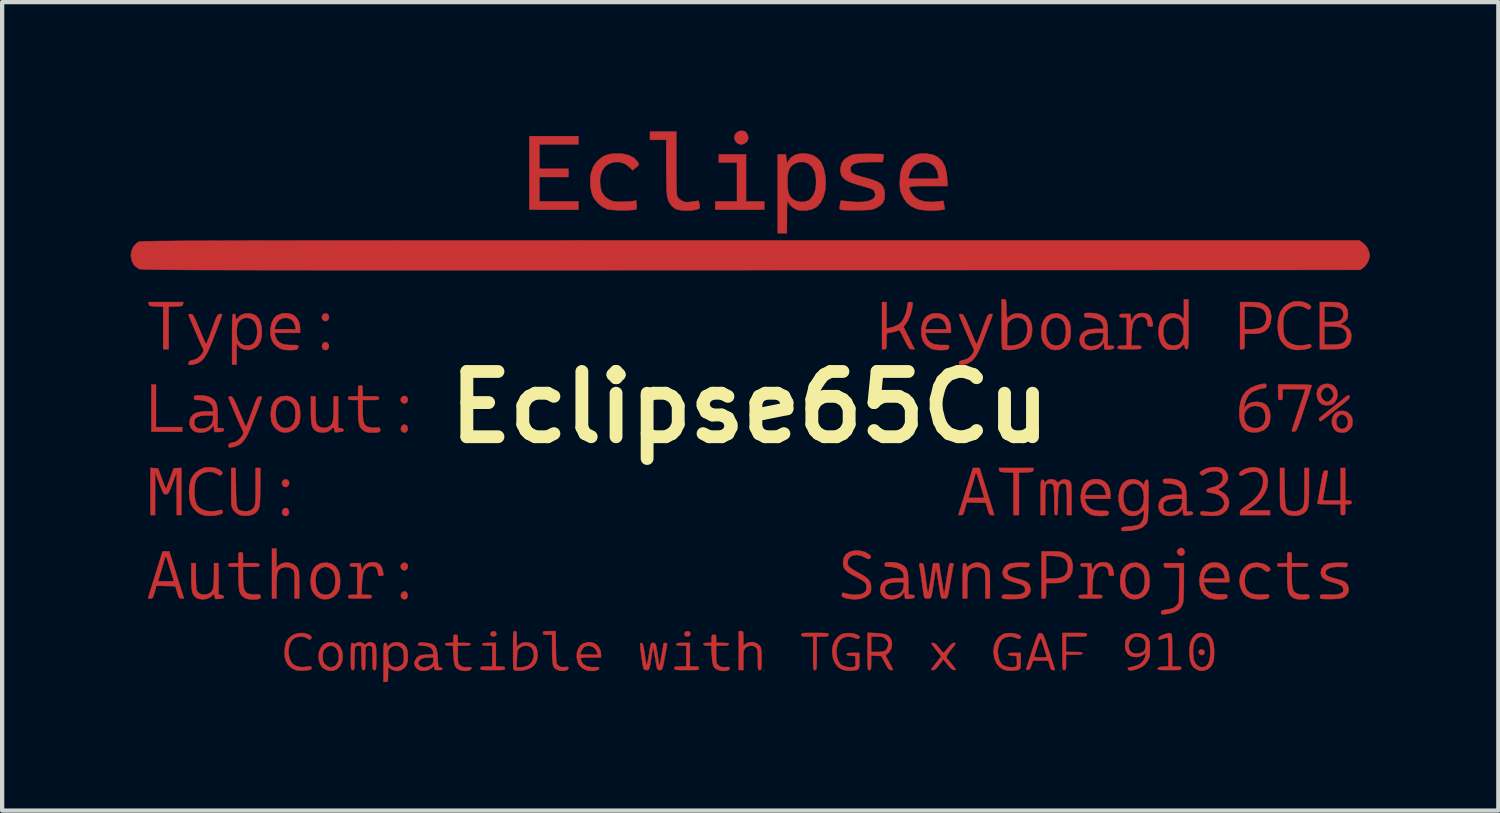
<source format=kicad_pcb>
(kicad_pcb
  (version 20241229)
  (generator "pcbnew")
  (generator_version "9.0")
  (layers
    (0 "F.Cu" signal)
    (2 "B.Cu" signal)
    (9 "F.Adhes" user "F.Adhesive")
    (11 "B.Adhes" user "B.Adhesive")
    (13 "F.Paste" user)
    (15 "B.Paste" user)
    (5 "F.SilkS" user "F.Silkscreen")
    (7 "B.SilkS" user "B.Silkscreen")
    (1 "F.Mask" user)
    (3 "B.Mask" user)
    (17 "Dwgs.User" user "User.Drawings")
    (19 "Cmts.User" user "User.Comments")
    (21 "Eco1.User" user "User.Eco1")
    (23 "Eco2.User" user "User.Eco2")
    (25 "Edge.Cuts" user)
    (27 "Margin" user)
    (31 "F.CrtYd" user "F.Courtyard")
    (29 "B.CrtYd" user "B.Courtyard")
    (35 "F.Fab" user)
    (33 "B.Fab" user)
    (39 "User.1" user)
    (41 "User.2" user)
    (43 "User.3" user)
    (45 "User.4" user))
  (footprint "Eclipse65Cu"
    (layer "F.Cu")
    (at 14.456 6.459)
    (property "Reference" "Eclipse65Cu" (at 0 0 0) (layer "F.SilkS") (effects (font (size 1.524 1.524) (thickness 0.3))))
    (attr through_hole)
    (fp_poly (pts (xy -13.864 0.466) (xy -13.25 0.466) (xy -13.25 0.572) (xy -13.97 0.572) (xy -13.97 -0.529) (xy -13.864 -0.529) (xy -13.864 0.466)) (stroke (width 0.01) (type solid)) (fill yes) (layer "F.Cu"))
    (fp_poly (pts (xy -0.085 -4.805) (xy 0.339 -4.805) (xy 0.339 -4.614) (xy -0.804 -4.614) (xy -0.804 -4.805) (xy -0.296 -4.805) (xy -0.296 -5.715) (xy -0.72 -5.715) (xy -0.72 -5.905) (xy -0.085 -5.905) (xy -0.085 -4.805)) (stroke (width 0.01) (type solid)) (fill yes) (layer "F.Cu"))
    (fp_poly (pts (xy -5.931 5.245) (xy -5.916 5.28) (xy -5.916 5.292) (xy -5.925 5.332) (xy -5.961 5.349) (xy -5.974 5.351) (xy -6.027 5.345) (xy -6.045 5.325) (xy -6.05 5.271) (xy -6.021 5.238) (xy -5.974 5.232) (xy -5.931 5.245)) (stroke (width 0.01) (type solid)) (fill yes) (layer "F.Cu"))
    (fp_poly (pts (xy -1.401 5.245) (xy -1.387 5.28) (xy -1.386 5.292) (xy -1.396 5.332) (xy -1.432 5.349) (xy -1.445 5.351) (xy -1.497 5.345) (xy -1.516 5.325) (xy -1.521 5.271) (xy -1.492 5.238) (xy -1.445 5.232) (xy -1.401 5.245)) (stroke (width 0.01) (type solid)) (fill yes) (layer "F.Cu"))
    (fp_poly (pts (xy 10.125 3.305) (xy 10.151 3.346) (xy 10.157 3.396) (xy 10.138 3.441) (xy 10.092 3.469) (xy 10.038 3.459) (xy 10 3.428) (xy 9.976 3.379) (xy 9.994 3.331) (xy 10.04 3.293) (xy 10.085 3.283) (xy 10.125 3.305)) (stroke (width 0.01) (type solid)) (fill yes) (layer "F.Cu"))
    (fp_poly (pts (xy 10.604 5.672) (xy 10.621 5.714) (xy 10.622 5.718) (xy 10.611 5.765) (xy 10.576 5.788) (xy 10.526 5.781) (xy 10.508 5.769) (xy 10.481 5.731) (xy 10.487 5.69) (xy 10.52 5.661) (xy 10.559 5.656) (xy 10.604 5.672)) (stroke (width 0.01) (type solid)) (fill yes) (layer "F.Cu"))
    (fp_poly (pts (xy -10.8 2.362) (xy -10.765 2.404) (xy -10.757 2.456) (xy -10.773 2.505) (xy -10.811 2.536) (xy -10.837 2.54) (xy -10.882 2.525) (xy -10.9 2.509) (xy -10.92 2.461) (xy -10.912 2.411) (xy -10.884 2.371) (xy -10.843 2.352) (xy -10.8 2.362)) (stroke (width 0.01) (type solid)) (fill yes) (layer "F.Cu"))
    (fp_poly (pts (xy -10.795 1.693) (xy -10.76 1.731) (xy -10.754 1.782) (xy -10.773 1.829) (xy -10.813 1.859) (xy -10.837 1.863) (xy -10.882 1.849) (xy -10.897 1.837) (xy -10.922 1.789) (xy -10.917 1.739) (xy -10.887 1.7) (xy -10.841 1.683) (xy -10.795 1.693)) (stroke (width 0.01) (type solid)) (fill yes) (layer "F.Cu"))
    (fp_poly (pts (xy -9.869 -1.511) (xy -9.833 -1.47) (xy -9.825 -1.418) (xy -9.842 -1.369) (xy -9.88 -1.338) (xy -9.906 -1.333) (xy -9.951 -1.349) (xy -9.969 -1.364) (xy -9.989 -1.413) (xy -9.981 -1.463) (xy -9.953 -1.503) (xy -9.912 -1.522) (xy -9.869 -1.511)) (stroke (width 0.01) (type solid)) (fill yes) (layer "F.Cu"))
    (fp_poly (pts (xy -9.864 -2.18) (xy -9.829 -2.142) (xy -9.823 -2.092) (xy -9.842 -2.044) (xy -9.882 -2.015) (xy -9.906 -2.011) (xy -9.95 -2.025) (xy -9.965 -2.036) (xy -9.991 -2.085) (xy -9.985 -2.134) (xy -9.956 -2.173) (xy -9.91 -2.191) (xy -9.864 -2.18)) (stroke (width 0.01) (type solid)) (fill yes) (layer "F.Cu"))
    (fp_poly (pts (xy -8.027 0.415) (xy -7.992 0.457) (xy -7.984 0.509) (xy -8 0.557) (xy -8.038 0.588) (xy -8.065 0.593) (xy -8.109 0.577) (xy -8.127 0.562) (xy -8.147 0.514) (xy -8.139 0.464) (xy -8.111 0.424) (xy -8.07 0.405) (xy -8.027 0.415)) (stroke (width 0.01) (type solid)) (fill yes) (layer "F.Cu"))
    (fp_poly (pts (xy -8.027 4.31) (xy -7.992 4.351) (xy -7.984 4.403) (xy -8 4.452) (xy -8.038 4.483) (xy -8.065 4.487) (xy -8.109 4.472) (xy -8.127 4.457) (xy -8.147 4.408) (xy -8.139 4.358) (xy -8.111 4.318) (xy -8.07 4.299) (xy -8.027 4.31)) (stroke (width 0.01) (type solid)) (fill yes) (layer "F.Cu"))
    (fp_poly (pts (xy -8.022 -0.254) (xy -7.987 -0.216) (xy -7.981 -0.166) (xy -8 -0.118) (xy -8.041 -0.088) (xy -8.065 -0.085) (xy -8.109 -0.099) (xy -8.124 -0.11) (xy -8.15 -0.159) (xy -8.144 -0.208) (xy -8.114 -0.247) (xy -8.069 -0.265) (xy -8.022 -0.254)) (stroke (width 0.01) (type solid)) (fill yes) (layer "F.Cu"))
    (fp_poly (pts (xy -8.022 3.641) (xy -7.987 3.679) (xy -7.981 3.729) (xy -8 3.776) (xy -8.041 3.806) (xy -8.065 3.81) (xy -8.109 3.796) (xy -8.124 3.785) (xy -8.15 3.736) (xy -8.144 3.687) (xy -8.114 3.648) (xy -8.069 3.63) (xy -8.022 3.641)) (stroke (width 0.01) (type solid)) (fill yes) (layer "F.Cu"))
    (fp_poly (pts (xy -4 -6.138) (xy -4.911 -6.138) (xy -4.911 -5.567) (xy -4.233 -5.567) (xy -4.233 -5.376) (xy -4.911 -5.376) (xy -4.911 -4.805) (xy -4 -4.805) (xy -4 -4.614) (xy -5.144 -4.614) (xy -5.144 -6.329) (xy -4 -6.329) (xy -4 -6.138)) (stroke (width 0.01) (type solid)) (fill yes) (layer "F.Cu"))
    (fp_poly (pts (xy -0.139 -6.45) (xy -0.117 -6.443) (xy -0.084 -6.416) (xy -0.052 -6.368) (xy -0.05 -6.366) (xy -0.032 -6.294) (xy -0.047 -6.229) (xy -0.088 -6.178) (xy -0.146 -6.145) (xy -0.212 -6.136) (xy -0.278 -6.158) (xy -0.314 -6.187) (xy -0.353 -6.254) (xy -0.358 -6.321) (xy -0.332 -6.382) (xy -0.283 -6.429) (xy -0.217 -6.454) (xy -0.139 -6.45)) (stroke (width 0.01) (type solid)) (fill yes) (layer "F.Cu"))
    (fp_poly (pts (xy -13.233 -2.408) (xy -13.24 -2.384) (xy -13.258 -2.369) (xy -13.295 -2.36) (xy -13.363 -2.356) (xy -13.404 -2.354) (xy -13.568 -2.348) (xy -13.568 -1.355) (xy -13.695 -1.355) (xy -13.695 -2.348) (xy -13.859 -2.354) (xy -13.942 -2.358) (xy -13.991 -2.364) (xy -14.017 -2.376) (xy -14.027 -2.396) (xy -14.03 -2.408) (xy -14.036 -2.455) (xy -13.226 -2.455) (xy -13.233 -2.408)) (stroke (width 0.01) (type solid)) (fill yes) (layer "F.Cu"))
    (fp_poly (pts (xy 6.621 1.466) (xy 6.615 1.49) (xy 6.597 1.505) (xy 6.559 1.513) (xy 6.492 1.518) (xy 6.451 1.52) (xy 6.287 1.526) (xy 6.287 2.519) (xy 6.16 2.519) (xy 6.16 1.526) (xy 5.995 1.52) (xy 5.913 1.516) (xy 5.863 1.509) (xy 5.837 1.497) (xy 5.827 1.478) (xy 5.825 1.466) (xy 5.818 1.418) (xy 6.628 1.418) (xy 6.621 1.466)) (stroke (width 0.01) (type solid)) (fill yes) (layer "F.Cu"))
    (fp_poly (pts (xy 14.002 -0.263) (xy 14.006 -0.256) (xy 14.012 -0.24) (xy 14.006 -0.22) (xy 13.985 -0.193) (xy 13.945 -0.155) (xy 13.883 -0.101) (xy 13.794 -0.029) (xy 13.699 0.047) (xy 13.577 0.143) (xy 13.485 0.216) (xy 13.418 0.268) (xy 13.371 0.302) (xy 13.341 0.32) (xy 13.324 0.327) (xy 13.314 0.323) (xy 13.308 0.312) (xy 13.305 0.305) (xy 13.294 0.272) (xy 13.293 0.263) (xy 13.308 0.248) (xy 13.352 0.211) (xy 13.419 0.156) (xy 13.504 0.088) (xy 13.602 0.011) (xy 13.605 0.008) (xy 13.705 -0.072) (xy 13.796 -0.143) (xy 13.871 -0.203) (xy 13.924 -0.246) (xy 13.95 -0.267) (xy 13.979 -0.283) (xy 14.002 -0.263)) (stroke (width 0.01) (type solid)) (fill yes) (layer "F.Cu"))
    (fp_poly (pts (xy -5.927 6.054) (xy -5.821 6.054) (xy -5.757 6.056) (xy -5.726 6.065) (xy -5.715 6.086) (xy -5.715 6.096) (xy -5.717 6.113) (xy -5.728 6.125) (xy -5.755 6.132) (xy -5.804 6.136) (xy -5.882 6.138) (xy -5.995 6.138) (xy -6.001 6.138) (xy -6.116 6.138) (xy -6.195 6.136) (xy -6.245 6.132) (xy -6.272 6.125) (xy -6.284 6.114) (xy -6.286 6.097) (xy -6.287 6.096) (xy -6.282 6.073) (xy -6.263 6.06) (xy -6.22 6.055) (xy -6.149 6.054) (xy -6.011 6.054) (xy -6.011 5.567) (xy -6.128 5.567) (xy -6.198 5.564) (xy -6.234 5.554) (xy -6.244 5.535) (xy -6.236 5.518) (xy -6.206 5.509) (xy -6.146 5.504) (xy -6.085 5.503) (xy -5.927 5.503) (xy -5.927 6.054)) (stroke (width 0.01) (type solid)) (fill yes) (layer "F.Cu"))
    (fp_poly (pts (xy -1.397 6.054) (xy -1.291 6.054) (xy -1.228 6.056) (xy -1.196 6.065) (xy -1.186 6.086) (xy -1.185 6.096) (xy -1.188 6.113) (xy -1.199 6.125) (xy -1.226 6.132) (xy -1.275 6.136) (xy -1.352 6.138) (xy -1.466 6.138) (xy -1.471 6.138) (xy -1.586 6.138) (xy -1.665 6.136) (xy -1.715 6.132) (xy -1.743 6.125) (xy -1.754 6.114) (xy -1.757 6.097) (xy -1.757 6.096) (xy -1.753 6.073) (xy -1.733 6.06) (xy -1.69 6.055) (xy -1.619 6.054) (xy -1.482 6.054) (xy -1.482 5.567) (xy -1.598 5.567) (xy -1.668 5.564) (xy -1.704 5.554) (xy -1.714 5.535) (xy -1.706 5.518) (xy -1.676 5.509) (xy -1.617 5.504) (xy -1.556 5.503) (xy -1.397 5.503) (xy -1.397 6.054)) (stroke (width 0.01) (type solid)) (fill yes) (layer "F.Cu"))
    (fp_poly (pts (xy 10.139 4.069) (xy 10.138 4.205) (xy 10.135 4.331) (xy 10.13 4.44) (xy 10.124 4.523) (xy 10.118 4.573) (xy 10.117 4.576) (xy 10.074 4.67) (xy 10.002 4.742) (xy 9.897 4.793) (xy 9.757 4.826) (xy 9.7 4.833) (xy 9.643 4.837) (xy 9.617 4.83) (xy 9.61 4.805) (xy 9.61 4.794) (xy 9.616 4.762) (xy 9.643 4.743) (xy 9.7 4.731) (xy 9.794 4.716) (xy 9.858 4.702) (xy 9.901 4.684) (xy 9.936 4.658) (xy 9.961 4.633) (xy 10.022 4.569) (xy 10.029 4.158) (xy 10.036 3.747) (xy 9.855 3.747) (xy 9.767 3.746) (xy 9.713 3.743) (xy 9.686 3.735) (xy 9.675 3.719) (xy 9.673 3.694) (xy 9.673 3.641) (xy 10.139 3.641) (xy 10.139 4.069)) (stroke (width 0.01) (type solid)) (fill yes) (layer "F.Cu"))
    (fp_poly (pts (xy -13.271 2.519) (xy -13.377 2.519) (xy -13.379 2.016) (xy -13.38 1.513) (xy -13.477 1.773) (xy -13.517 1.879) (xy -13.547 1.951) (xy -13.569 1.996) (xy -13.589 2.02) (xy -13.61 2.03) (xy -13.632 2.032) (xy -13.657 2.03) (xy -13.677 2.019) (xy -13.697 1.993) (xy -13.72 1.945) (xy -13.75 1.87) (xy -13.787 1.773) (xy -13.883 1.513) (xy -13.884 2.016) (xy -13.885 2.519) (xy -13.991 2.519) (xy -13.991 1.416) (xy -13.903 1.422) (xy -13.814 1.429) (xy -13.728 1.667) (xy -13.694 1.759) (xy -13.664 1.835) (xy -13.642 1.886) (xy -13.631 1.905) (xy -13.631 1.905) (xy -13.621 1.886) (xy -13.599 1.835) (xy -13.57 1.76) (xy -13.536 1.667) (xy -13.536 1.667) (xy -13.451 1.429) (xy -13.361 1.422) (xy -13.271 1.416) (xy -13.271 2.519)) (stroke (width 0.01) (type solid)) (fill yes) (layer "F.Cu"))
    (fp_poly (pts (xy -11.049 3.745) (xy -10.999 3.695) (xy -10.923 3.646) (xy -10.83 3.627) (xy -10.733 3.637) (xy -10.643 3.674) (xy -10.574 3.736) (xy -10.568 3.744) (xy -10.55 3.775) (xy -10.537 3.806) (xy -10.528 3.848) (xy -10.523 3.906) (xy -10.521 3.988) (xy -10.52 4.104) (xy -10.52 4.141) (xy -10.52 4.466) (xy -10.626 4.466) (xy -10.626 4.149) (xy -10.626 4.025) (xy -10.628 3.936) (xy -10.632 3.875) (xy -10.64 3.836) (xy -10.651 3.809) (xy -10.667 3.789) (xy -10.667 3.789) (xy -10.744 3.741) (xy -10.837 3.731) (xy -10.903 3.745) (xy -10.955 3.765) (xy -10.994 3.795) (xy -11.02 3.839) (xy -11.037 3.906) (xy -11.046 4) (xy -11.049 4.128) (xy -11.049 4.179) (xy -11.049 4.466) (xy -11.155 4.466) (xy -11.155 3.302) (xy -11.049 3.302) (xy -11.049 3.745)) (stroke (width 0.01) (type solid)) (fill yes) (layer "F.Cu"))
    (fp_poly (pts (xy 13.596 -0.524) (xy 13.625 -0.509) (xy 13.686 -0.449) (xy 13.721 -0.368) (xy 13.728 -0.278) (xy 13.708 -0.19) (xy 13.663 -0.116) (xy 13.607 -0.072) (xy 13.522 -0.047) (xy 13.431 -0.048) (xy 13.361 -0.07) (xy 13.295 -0.13) (xy 13.254 -0.213) (xy 13.242 -0.296) (xy 13.335 -0.296) (xy 13.351 -0.232) (xy 13.392 -0.174) (xy 13.447 -0.135) (xy 13.483 -0.127) (xy 13.528 -0.141) (xy 13.577 -0.176) (xy 13.579 -0.179) (xy 13.623 -0.247) (xy 13.631 -0.296) (xy 13.615 -0.361) (xy 13.574 -0.419) (xy 13.52 -0.457) (xy 13.483 -0.466) (xy 13.427 -0.447) (xy 13.376 -0.4) (xy 13.342 -0.338) (xy 13.335 -0.296) (xy 13.242 -0.296) (xy 13.24 -0.308) (xy 13.257 -0.403) (xy 13.271 -0.433) (xy 13.329 -0.5) (xy 13.41 -0.539) (xy 13.502 -0.548) (xy 13.596 -0.524)) (stroke (width 0.01) (type solid)) (fill yes) (layer "F.Cu"))
    (fp_poly (pts (xy -4.526 5.611) (xy -4.523 5.747) (xy -4.52 5.847) (xy -4.517 5.917) (xy -4.511 5.965) (xy -4.502 5.995) (xy -4.489 6.016) (xy -4.472 6.032) (xy -4.466 6.037) (xy -4.419 6.065) (xy -4.362 6.071) (xy -4.324 6.067) (xy -4.267 6.061) (xy -4.24 6.068) (xy -4.233 6.091) (xy -4.233 6.094) (xy -4.252 6.128) (xy -4.3 6.15) (xy -4.368 6.157) (xy -4.444 6.148) (xy -4.5 6.129) (xy -4.539 6.106) (xy -4.569 6.073) (xy -4.59 6.023) (xy -4.603 5.95) (xy -4.611 5.85) (xy -4.614 5.716) (xy -4.614 5.638) (xy -4.614 5.313) (xy -4.72 5.313) (xy -4.784 5.311) (xy -4.815 5.301) (xy -4.826 5.28) (xy -4.826 5.271) (xy -4.822 5.248) (xy -4.804 5.235) (xy -4.762 5.23) (xy -4.689 5.228) (xy -4.679 5.228) (xy -4.532 5.228) (xy -4.526 5.611)) (stroke (width 0.01) (type solid)) (fill yes) (layer "F.Cu"))
    (fp_poly (pts (xy 1.646 5.271) (xy 1.732 5.272) (xy 1.788 5.276) (xy 1.821 5.282) (xy 1.837 5.291) (xy 1.841 5.306) (xy 1.841 5.313) (xy 1.837 5.336) (xy 1.818 5.349) (xy 1.775 5.354) (xy 1.704 5.355) (xy 1.566 5.355) (xy 1.566 5.747) (xy 1.566 5.884) (xy 1.565 5.985) (xy 1.563 6.055) (xy 1.558 6.1) (xy 1.551 6.125) (xy 1.541 6.136) (xy 1.527 6.138) (xy 1.524 6.138) (xy 1.509 6.137) (xy 1.498 6.127) (xy 1.491 6.105) (xy 1.486 6.065) (xy 1.483 6) (xy 1.482 5.905) (xy 1.482 5.774) (xy 1.482 5.747) (xy 1.482 5.355) (xy 1.344 5.355) (xy 1.27 5.354) (xy 1.228 5.348) (xy 1.21 5.335) (xy 1.206 5.313) (xy 1.209 5.297) (xy 1.219 5.285) (xy 1.244 5.278) (xy 1.29 5.273) (xy 1.363 5.271) (xy 1.47 5.271) (xy 1.524 5.271) (xy 1.646 5.271)) (stroke (width 0.01) (type solid)) (fill yes) (layer "F.Cu"))
    (fp_poly (pts (xy 7.703 5.271) (xy 7.782 5.272) (xy 7.832 5.276) (xy 7.86 5.284) (xy 7.871 5.295) (xy 7.874 5.312) (xy 7.874 5.313) (xy 7.871 5.331) (xy 7.859 5.343) (xy 7.829 5.35) (xy 7.775 5.354) (xy 7.69 5.355) (xy 7.631 5.355) (xy 7.387 5.355) (xy 7.387 5.715) (xy 7.578 5.715) (xy 7.671 5.716) (xy 7.728 5.721) (xy 7.759 5.73) (xy 7.768 5.744) (xy 7.768 5.747) (xy 7.761 5.762) (xy 7.734 5.772) (xy 7.68 5.777) (xy 7.592 5.778) (xy 7.578 5.779) (xy 7.387 5.779) (xy 7.387 5.958) (xy 7.386 6.046) (xy 7.383 6.099) (xy 7.374 6.127) (xy 7.359 6.137) (xy 7.345 6.138) (xy 7.331 6.137) (xy 7.32 6.128) (xy 7.312 6.107) (xy 7.307 6.069) (xy 7.304 6.008) (xy 7.303 5.918) (xy 7.303 5.794) (xy 7.303 5.704) (xy 7.303 5.271) (xy 7.588 5.271) (xy 7.703 5.271)) (stroke (width 0.01) (type solid)) (fill yes) (layer "F.Cu"))
    (fp_poly (pts (xy -10.321 5.3) (xy -10.255 5.335) (xy -10.231 5.37) (xy -10.245 5.408) (xy -10.245 5.409) (xy -10.268 5.426) (xy -10.296 5.418) (xy -10.324 5.397) (xy -10.395 5.365) (xy -10.485 5.355) (xy -10.577 5.369) (xy -10.639 5.396) (xy -10.707 5.461) (xy -10.751 5.556) (xy -10.77 5.675) (xy -10.768 5.761) (xy -10.741 5.886) (xy -10.687 5.98) (xy -10.606 6.04) (xy -10.499 6.068) (xy -10.414 6.068) (xy -10.343 6.061) (xy -10.288 6.054) (xy -10.267 6.051) (xy -10.239 6.058) (xy -10.229 6.085) (xy -10.242 6.115) (xy -10.258 6.126) (xy -10.322 6.14) (xy -10.41 6.148) (xy -10.503 6.149) (xy -10.581 6.141) (xy -10.604 6.136) (xy -10.699 6.089) (xy -10.78 6.012) (xy -10.829 5.933) (xy -10.853 5.843) (xy -10.86 5.731) (xy -10.852 5.614) (xy -10.83 5.51) (xy -10.81 5.46) (xy -10.74 5.371) (xy -10.644 5.308) (xy -10.533 5.275) (xy -10.415 5.274) (xy -10.321 5.3)) (stroke (width 0.01) (type solid)) (fill yes) (layer "F.Cu"))
    (fp_poly (pts (xy -9.71 5.496) (xy -9.62 5.537) (xy -9.554 5.611) (xy -9.514 5.715) (xy -9.504 5.821) (xy -9.519 5.942) (xy -9.563 6.039) (xy -9.63 6.11) (xy -9.714 6.15) (xy -9.811 6.154) (xy -9.895 6.13) (xy -9.973 6.081) (xy -10.024 6.011) (xy -10.053 5.931) (xy -10.068 5.821) (xy -9.97 5.821) (xy -9.967 5.897) (xy -9.957 5.947) (xy -9.933 5.986) (xy -9.908 6.013) (xy -9.834 6.063) (xy -9.758 6.074) (xy -9.686 6.044) (xy -9.663 6.024) (xy -9.624 5.967) (xy -9.599 5.9) (xy -9.598 5.897) (xy -9.592 5.792) (xy -9.612 5.701) (xy -9.652 5.631) (xy -9.708 5.584) (xy -9.774 5.567) (xy -9.845 5.583) (xy -9.908 5.629) (xy -9.943 5.669) (xy -9.961 5.71) (xy -9.969 5.767) (xy -9.97 5.821) (xy -10.068 5.821) (xy -10.069 5.81) (xy -10.054 5.7) (xy -10.01 5.606) (xy -9.942 5.535) (xy -9.853 5.495) (xy -9.821 5.49) (xy -9.71 5.496)) (stroke (width 0.01) (type solid)) (fill yes) (layer "F.Cu"))
    (fp_poly (pts (xy -1.714 -5.699) (xy -1.714 -5.484) (xy -1.712 -5.308) (xy -1.71 -5.168) (xy -1.706 -5.062) (xy -1.701 -4.985) (xy -1.695 -4.935) (xy -1.688 -4.911) (xy -1.652 -4.868) (xy -1.596 -4.827) (xy -1.579 -4.817) (xy -1.53 -4.797) (xy -1.484 -4.788) (xy -1.427 -4.789) (xy -1.347 -4.8) (xy -1.273 -4.811) (xy -1.218 -4.818) (xy -1.193 -4.819) (xy -1.192 -4.819) (xy -1.186 -4.797) (xy -1.177 -4.748) (xy -1.173 -4.726) (xy -1.166 -4.671) (xy -1.175 -4.642) (xy -1.209 -4.625) (xy -1.241 -4.616) (xy -1.333 -4.599) (xy -1.44 -4.593) (xy -1.551 -4.595) (xy -1.65 -4.607) (xy -1.725 -4.627) (xy -1.736 -4.632) (xy -1.826 -4.704) (xy -1.892 -4.808) (xy -1.925 -4.912) (xy -1.931 -4.965) (xy -1.937 -5.054) (xy -1.941 -5.174) (xy -1.945 -5.32) (xy -1.947 -5.486) (xy -1.947 -5.631) (xy -1.947 -6.244) (xy -2.328 -6.244) (xy -2.328 -6.435) (xy -1.714 -6.435) (xy -1.714 -5.699)) (stroke (width 0.01) (type solid)) (fill yes) (layer "F.Cu"))
    (fp_poly (pts (xy 11.815 1.404) (xy 11.928 1.433) (xy 12.013 1.492) (xy 12.071 1.583) (xy 12.077 1.598) (xy 12.102 1.721) (xy 12.089 1.85) (xy 12.04 1.982) (xy 11.958 2.111) (xy 11.846 2.232) (xy 11.706 2.34) (xy 11.692 2.349) (xy 11.591 2.413) (xy 12.15 2.413) (xy 12.15 2.519) (xy 11.451 2.519) (xy 11.451 2.458) (xy 11.457 2.421) (xy 11.481 2.386) (xy 11.531 2.346) (xy 11.57 2.319) (xy 11.733 2.197) (xy 11.854 2.075) (xy 11.936 1.95) (xy 11.98 1.821) (xy 11.988 1.739) (xy 11.986 1.669) (xy 11.974 1.623) (xy 11.943 1.585) (xy 11.918 1.562) (xy 11.872 1.524) (xy 11.83 1.507) (xy 11.774 1.505) (xy 11.733 1.508) (xy 11.625 1.529) (xy 11.555 1.565) (xy 11.498 1.595) (xy 11.454 1.597) (xy 11.431 1.571) (xy 11.43 1.558) (xy 11.45 1.515) (xy 11.502 1.474) (xy 11.576 1.439) (xy 11.664 1.414) (xy 11.755 1.402) (xy 11.815 1.404)) (stroke (width 0.01) (type solid)) (fill yes) (layer "F.Cu"))
    (fp_poly (pts (xy 13.905 0.091) (xy 13.956 0.115) (xy 14.004 0.157) (xy 14.048 0.206) (xy 14.069 0.253) (xy 14.076 0.316) (xy 14.076 0.339) (xy 14.072 0.41) (xy 14.056 0.459) (xy 14.019 0.505) (xy 14.004 0.521) (xy 13.949 0.568) (xy 13.898 0.588) (xy 13.839 0.593) (xy 13.77 0.585) (xy 13.711 0.566) (xy 13.699 0.56) (xy 13.634 0.49) (xy 13.599 0.402) (xy 13.595 0.339) (xy 13.695 0.339) (xy 13.71 0.421) (xy 13.752 0.479) (xy 13.815 0.507) (xy 13.832 0.508) (xy 13.887 0.493) (xy 13.928 0.466) (xy 13.964 0.405) (xy 13.973 0.334) (xy 13.956 0.264) (xy 13.918 0.207) (xy 13.863 0.173) (xy 13.832 0.169) (xy 13.766 0.188) (xy 13.718 0.24) (xy 13.696 0.317) (xy 13.695 0.339) (xy 13.595 0.339) (xy 13.594 0.307) (xy 13.619 0.215) (xy 13.674 0.138) (xy 13.699 0.118) (xy 13.75 0.097) (xy 13.819 0.085) (xy 13.839 0.085) (xy 13.905 0.091)) (stroke (width 0.01) (type solid)) (fill yes) (layer "F.Cu"))
    (fp_poly (pts (xy 7.152 3.367) (xy 7.23 3.372) (xy 7.288 3.382) (xy 7.337 3.399) (xy 7.366 3.413) (xy 7.457 3.477) (xy 7.515 3.562) (xy 7.541 3.673) (xy 7.544 3.723) (xy 7.529 3.854) (xy 7.482 3.958) (xy 7.401 4.037) (xy 7.366 4.058) (xy 7.308 4.084) (xy 7.246 4.099) (xy 7.165 4.105) (xy 7.098 4.106) (xy 6.921 4.106) (xy 6.921 4.286) (xy 6.921 4.373) (xy 6.918 4.427) (xy 6.91 4.454) (xy 6.894 4.465) (xy 6.869 4.466) (xy 6.816 4.466) (xy 6.816 4) (xy 6.921 4) (xy 7.054 4) (xy 7.14 3.997) (xy 7.221 3.987) (xy 7.264 3.978) (xy 7.35 3.938) (xy 7.404 3.871) (xy 7.428 3.775) (xy 7.429 3.736) (xy 7.418 3.637) (xy 7.38 3.563) (xy 7.314 3.513) (xy 7.215 3.483) (xy 7.081 3.472) (xy 7.054 3.471) (xy 6.921 3.471) (xy 6.921 4) (xy 6.816 4) (xy 6.816 3.365) (xy 7.044 3.365) (xy 7.152 3.367)) (stroke (width 0.01) (type solid)) (fill yes) (layer "F.Cu"))
    (fp_poly (pts (xy 11.788 -2.454) (xy 11.865 -2.449) (xy 11.923 -2.439) (xy 11.973 -2.422) (xy 12.002 -2.408) (xy 12.093 -2.344) (xy 12.15 -2.259) (xy 12.177 -2.148) (xy 12.179 -2.098) (xy 12.165 -1.967) (xy 12.117 -1.863) (xy 12.037 -1.784) (xy 12.002 -1.763) (xy 11.943 -1.737) (xy 11.881 -1.722) (xy 11.801 -1.715) (xy 11.734 -1.714) (xy 11.557 -1.714) (xy 11.557 -1.535) (xy 11.557 -1.447) (xy 11.553 -1.394) (xy 11.545 -1.367) (xy 11.53 -1.356) (xy 11.504 -1.355) (xy 11.451 -1.355) (xy 11.451 -1.82) (xy 11.557 -1.82) (xy 11.689 -1.82) (xy 11.775 -1.824) (xy 11.857 -1.834) (xy 11.9 -1.842) (xy 11.986 -1.883) (xy 12.039 -1.95) (xy 12.063 -2.046) (xy 12.065 -2.085) (xy 12.053 -2.184) (xy 12.016 -2.257) (xy 11.949 -2.308) (xy 11.85 -2.338) (xy 11.716 -2.349) (xy 11.689 -2.349) (xy 11.557 -2.349) (xy 11.557 -1.82) (xy 11.451 -1.82) (xy 11.451 -2.455) (xy 11.68 -2.455) (xy 11.788 -2.454)) (stroke (width 0.01) (type solid)) (fill yes) (layer "F.Cu"))
    (fp_poly (pts (xy 11.955 3.646) (xy 12.051 3.68) (xy 12.123 3.732) (xy 12.137 3.75) (xy 12.157 3.786) (xy 12.148 3.81) (xy 12.126 3.827) (xy 12.091 3.845) (xy 12.061 3.835) (xy 12.037 3.815) (xy 11.946 3.751) (xy 11.854 3.727) (xy 11.754 3.742) (xy 11.716 3.756) (xy 11.634 3.811) (xy 11.582 3.897) (xy 11.558 4.013) (xy 11.557 4.053) (xy 11.57 4.176) (xy 11.609 4.268) (xy 11.677 4.331) (xy 11.775 4.368) (xy 11.906 4.378) (xy 11.964 4.376) (xy 12.047 4.37) (xy 12.096 4.371) (xy 12.12 4.378) (xy 12.128 4.394) (xy 12.129 4.413) (xy 12.118 4.45) (xy 12.078 4.47) (xy 12.062 4.474) (xy 11.965 4.485) (xy 11.856 4.484) (xy 11.754 4.472) (xy 11.704 4.459) (xy 11.607 4.416) (xy 11.537 4.354) (xy 11.498 4.296) (xy 11.452 4.178) (xy 11.438 4.053) (xy 11.455 3.929) (xy 11.501 3.816) (xy 11.573 3.723) (xy 11.649 3.668) (xy 11.742 3.638) (xy 11.848 3.631) (xy 11.955 3.646)) (stroke (width 0.01) (type solid)) (fill yes) (layer "F.Cu"))
    (fp_poly (pts (xy 9.844 5.292) (xy 9.857 5.331) (xy 9.862 5.398) (xy 9.864 5.496) (xy 9.864 5.632) (xy 9.864 5.662) (xy 9.864 6.054) (xy 9.97 6.054) (xy 10.033 6.056) (xy 10.065 6.065) (xy 10.075 6.086) (xy 10.075 6.096) (xy 10.073 6.113) (xy 10.062 6.125) (xy 10.034 6.132) (xy 9.984 6.136) (xy 9.905 6.138) (xy 9.799 6.138) (xy 9.686 6.138) (xy 9.609 6.136) (xy 9.561 6.132) (xy 9.536 6.124) (xy 9.528 6.112) (xy 9.529 6.101) (xy 9.542 6.079) (xy 9.579 6.066) (xy 9.646 6.059) (xy 9.657 6.058) (xy 9.779 6.052) (xy 9.779 5.714) (xy 9.778 5.6) (xy 9.775 5.502) (xy 9.771 5.428) (xy 9.765 5.385) (xy 9.761 5.376) (xy 9.732 5.382) (xy 9.678 5.396) (xy 9.644 5.406) (xy 9.584 5.423) (xy 9.556 5.426) (xy 9.548 5.413) (xy 9.55 5.391) (xy 9.566 5.36) (xy 9.607 5.334) (xy 9.673 5.309) (xy 9.739 5.288) (xy 9.788 5.275) (xy 9.822 5.275) (xy 9.844 5.292)) (stroke (width 0.01) (type solid)) (fill yes) (layer "F.Cu"))
    (fp_poly (pts (xy -12.933 3.936) (xy -12.931 4.057) (xy -12.926 4.16) (xy -12.919 4.238) (xy -12.91 4.282) (xy -12.909 4.283) (xy -12.862 4.341) (xy -12.794 4.372) (xy -12.716 4.378) (xy -12.639 4.359) (xy -12.574 4.316) (xy -12.539 4.263) (xy -12.524 4.202) (xy -12.514 4.105) (xy -12.51 3.969) (xy -12.509 3.917) (xy -12.509 3.641) (xy -12.404 3.641) (xy -12.404 4.381) (xy -12.35 4.381) (xy -12.305 4.393) (xy -12.284 4.414) (xy -12.277 4.439) (xy -12.285 4.454) (xy -12.317 4.463) (xy -12.382 4.473) (xy -12.388 4.473) (xy -12.448 4.48) (xy -12.478 4.476) (xy -12.487 4.456) (xy -12.488 4.435) (xy -12.497 4.388) (xy -12.518 4.369) (xy -12.543 4.384) (xy -12.545 4.388) (xy -12.601 4.441) (xy -12.681 4.475) (xy -12.773 4.487) (xy -12.864 4.474) (xy -12.917 4.45) (xy -12.96 4.418) (xy -12.992 4.377) (xy -13.014 4.323) (xy -13.028 4.247) (xy -13.036 4.144) (xy -13.039 4.007) (xy -13.039 3.96) (xy -13.039 3.641) (xy -12.933 3.641) (xy -12.933 3.936)) (stroke (width 0.01) (type solid)) (fill yes) (layer "F.Cu"))
    (fp_poly (pts (xy -10.139 0.041) (xy -10.137 0.162) (xy -10.132 0.266) (xy -10.125 0.343) (xy -10.116 0.387) (xy -10.115 0.388) (xy -10.068 0.446) (xy -10 0.478) (xy -9.922 0.484) (xy -9.845 0.465) (xy -9.78 0.421) (xy -9.745 0.368) (xy -9.73 0.307) (xy -9.72 0.21) (xy -9.716 0.074) (xy -9.716 0.022) (xy -9.716 -0.254) (xy -9.61 -0.254) (xy -9.61 0.487) (xy -9.556 0.487) (xy -9.511 0.498) (xy -9.49 0.519) (xy -9.483 0.544) (xy -9.491 0.559) (xy -9.523 0.568) (xy -9.588 0.578) (xy -9.594 0.579) (xy -9.654 0.585) (xy -9.684 0.581) (xy -9.693 0.562) (xy -9.694 0.541) (xy -9.703 0.494) (xy -9.724 0.474) (xy -9.749 0.489) (xy -9.751 0.493) (xy -9.807 0.547) (xy -9.887 0.581) (xy -9.979 0.592) (xy -10.07 0.579) (xy -10.123 0.556) (xy -10.166 0.523) (xy -10.198 0.483) (xy -10.22 0.428) (xy -10.234 0.352) (xy -10.242 0.249) (xy -10.245 0.113) (xy -10.245 0.066) (xy -10.245 -0.254) (xy -10.139 -0.254) (xy -10.139 0.041)) (stroke (width 0.01) (type solid)) (fill yes) (layer "F.Cu"))
    (fp_poly (pts (xy -0.175 5.23) (xy -0.159 5.241) (xy -0.151 5.27) (xy -0.149 5.325) (xy -0.148 5.399) (xy -0.148 5.57) (xy -0.092 5.526) (xy -0.012 5.488) (xy 0.077 5.484) (xy 0.164 5.514) (xy 0.237 5.574) (xy 0.238 5.575) (xy 0.254 5.602) (xy 0.264 5.641) (xy 0.271 5.7) (xy 0.274 5.788) (xy 0.275 5.879) (xy 0.274 5.988) (xy 0.273 6.061) (xy 0.268 6.105) (xy 0.26 6.129) (xy 0.246 6.137) (xy 0.233 6.138) (xy 0.215 6.136) (xy 0.203 6.123) (xy 0.195 6.094) (xy 0.192 6.04) (xy 0.191 5.954) (xy 0.191 5.895) (xy 0.19 5.788) (xy 0.187 5.714) (xy 0.18 5.666) (xy 0.168 5.634) (xy 0.15 5.611) (xy 0.148 5.609) (xy 0.085 5.573) (xy 0.009 5.568) (xy -0.065 5.594) (xy -0.096 5.619) (xy -0.119 5.644) (xy -0.134 5.672) (xy -0.143 5.712) (xy -0.147 5.772) (xy -0.148 5.862) (xy -0.148 5.905) (xy -0.148 6.138) (xy -0.254 6.138) (xy -0.254 5.228) (xy -0.201 5.228) (xy -0.175 5.23)) (stroke (width 0.01) (type solid)) (fill yes) (layer "F.Cu"))
    (fp_poly (pts (xy -11.997 1.871) (xy -11.995 2.034) (xy -11.99 2.16) (xy -11.983 2.253) (xy -11.972 2.32) (xy -11.955 2.365) (xy -11.93 2.394) (xy -11.897 2.412) (xy -11.854 2.423) (xy -11.84 2.426) (xy -11.73 2.431) (xy -11.643 2.405) (xy -11.581 2.349) (xy -11.577 2.343) (xy -11.563 2.316) (xy -11.553 2.285) (xy -11.545 2.243) (xy -11.54 2.183) (xy -11.538 2.1) (xy -11.536 1.987) (xy -11.536 1.847) (xy -11.536 1.418) (xy -11.43 1.418) (xy -11.43 1.857) (xy -11.431 2.024) (xy -11.434 2.153) (xy -11.441 2.252) (xy -11.453 2.327) (xy -11.471 2.382) (xy -11.496 2.424) (xy -11.529 2.458) (xy -11.559 2.482) (xy -11.632 2.515) (xy -11.728 2.533) (xy -11.828 2.532) (xy -11.916 2.514) (xy -11.938 2.504) (xy -12 2.46) (xy -12.054 2.401) (xy -12.059 2.394) (xy -12.075 2.368) (xy -12.087 2.342) (xy -12.096 2.308) (xy -12.101 2.26) (xy -12.105 2.193) (xy -12.107 2.099) (xy -12.107 1.974) (xy -12.107 1.87) (xy -12.107 1.418) (xy -12.004 1.418) (xy -11.997 1.871)) (stroke (width 0.01) (type solid)) (fill yes) (layer "F.Cu"))
    (fp_poly (pts (xy -10.738 -2.186) (xy -10.638 -2.141) (xy -10.562 -2.064) (xy -10.514 -1.96) (xy -10.499 -1.837) (xy -10.499 -1.736) (xy -11.096 -1.736) (xy -11.082 -1.677) (xy -11.044 -1.581) (xy -10.981 -1.513) (xy -10.889 -1.471) (xy -10.764 -1.453) (xy -10.705 -1.452) (xy -10.623 -1.453) (xy -10.574 -1.449) (xy -10.55 -1.44) (xy -10.542 -1.423) (xy -10.541 -1.407) (xy -10.547 -1.373) (xy -10.572 -1.351) (xy -10.621 -1.339) (xy -10.702 -1.334) (xy -10.749 -1.334) (xy -10.864 -1.341) (xy -10.955 -1.367) (xy -10.98 -1.378) (xy -11.081 -1.45) (xy -11.151 -1.549) (xy -11.188 -1.673) (xy -11.192 -1.819) (xy -11.192 -1.82) (xy -11.096 -1.82) (xy -10.599 -1.82) (xy -10.612 -1.899) (xy -10.646 -1.989) (xy -10.711 -2.054) (xy -10.8 -2.086) (xy -10.808 -2.087) (xy -10.906 -2.08) (xy -10.989 -2.035) (xy -11.051 -1.959) (xy -11.082 -1.879) (xy -11.096 -1.82) (xy -11.192 -1.82) (xy -11.191 -1.821) (xy -11.165 -1.962) (xy -11.115 -2.069) (xy -11.039 -2.143) (xy -10.936 -2.185) (xy -10.86 -2.196) (xy -10.738 -2.186)) (stroke (width 0.01) (type solid)) (fill yes) (layer "F.Cu"))
    (fp_poly (pts (xy 4.459 -2.186) (xy 4.56 -2.141) (xy 4.636 -2.064) (xy 4.683 -1.96) (xy 4.699 -1.837) (xy 4.699 -1.736) (xy 4.102 -1.736) (xy 4.116 -1.677) (xy 4.154 -1.581) (xy 4.217 -1.513) (xy 4.309 -1.471) (xy 4.433 -1.453) (xy 4.493 -1.452) (xy 4.575 -1.453) (xy 4.624 -1.449) (xy 4.648 -1.44) (xy 4.656 -1.423) (xy 4.657 -1.407) (xy 4.65 -1.373) (xy 4.626 -1.351) (xy 4.577 -1.339) (xy 4.496 -1.334) (xy 4.449 -1.334) (xy 4.334 -1.341) (xy 4.242 -1.367) (xy 4.217 -1.378) (xy 4.117 -1.45) (xy 4.047 -1.549) (xy 4.01 -1.673) (xy 4.006 -1.819) (xy 4.006 -1.82) (xy 4.102 -1.82) (xy 4.599 -1.82) (xy 4.586 -1.899) (xy 4.552 -1.989) (xy 4.487 -2.054) (xy 4.397 -2.086) (xy 4.39 -2.087) (xy 4.292 -2.08) (xy 4.209 -2.035) (xy 4.146 -1.959) (xy 4.116 -1.879) (xy 4.102 -1.82) (xy 4.006 -1.82) (xy 4.006 -1.821) (xy 4.032 -1.962) (xy 4.083 -2.069) (xy 4.159 -2.143) (xy 4.261 -2.185) (xy 4.338 -2.196) (xy 4.459 -2.186)) (stroke (width 0.01) (type solid)) (fill yes) (layer "F.Cu"))
    (fp_poly (pts (xy 5.396 3.637) (xy 5.485 3.674) (xy 5.555 3.736) (xy 5.561 3.744) (xy 5.579 3.775) (xy 5.592 3.806) (xy 5.601 3.848) (xy 5.606 3.906) (xy 5.608 3.988) (xy 5.609 4.104) (xy 5.609 4.141) (xy 5.609 4.466) (xy 5.503 4.466) (xy 5.503 4.149) (xy 5.503 4.025) (xy 5.501 3.936) (xy 5.497 3.875) (xy 5.489 3.836) (xy 5.478 3.809) (xy 5.462 3.789) (xy 5.462 3.789) (xy 5.385 3.741) (xy 5.292 3.731) (xy 5.226 3.745) (xy 5.174 3.765) (xy 5.135 3.795) (xy 5.109 3.839) (xy 5.092 3.906) (xy 5.083 4) (xy 5.08 4.128) (xy 5.08 4.179) (xy 5.08 4.466) (xy 4.974 4.466) (xy 4.974 4.053) (xy 4.974 3.912) (xy 4.975 3.807) (xy 4.977 3.733) (xy 4.981 3.685) (xy 4.988 3.658) (xy 4.997 3.645) (xy 5.01 3.641) (xy 5.016 3.641) (xy 5.052 3.656) (xy 5.059 3.679) (xy 5.066 3.722) (xy 5.089 3.727) (xy 5.13 3.694) (xy 5.131 3.694) (xy 5.207 3.646) (xy 5.299 3.627) (xy 5.396 3.637)) (stroke (width 0.01) (type solid)) (fill yes) (layer "F.Cu"))
    (fp_poly (pts (xy 5.492 1.815) (xy 5.534 1.95) (xy 5.575 2.083) (xy 5.613 2.203) (xy 5.644 2.302) (xy 5.664 2.365) (xy 5.712 2.519) (xy 5.654 2.519) (xy 5.622 2.515) (xy 5.6 2.499) (xy 5.582 2.462) (xy 5.56 2.393) (xy 5.555 2.376) (xy 5.514 2.233) (xy 5.068 2.221) (xy 5.027 2.37) (xy 5.005 2.447) (xy 4.987 2.492) (xy 4.967 2.513) (xy 4.939 2.519) (xy 4.929 2.519) (xy 4.872 2.519) (xy 4.919 2.365) (xy 4.941 2.295) (xy 4.972 2.195) (xy 4.997 2.117) (xy 5.105 2.117) (xy 5.478 2.117) (xy 5.451 2.027) (xy 5.432 1.965) (xy 5.406 1.878) (xy 5.377 1.781) (xy 5.366 1.746) (xy 5.333 1.641) (xy 5.309 1.574) (xy 5.291 1.542) (xy 5.277 1.542) (xy 5.266 1.569) (xy 5.263 1.581) (xy 5.252 1.625) (xy 5.231 1.698) (xy 5.204 1.791) (xy 5.178 1.879) (xy 5.105 2.117) (xy 4.997 2.117) (xy 5.01 2.073) (xy 5.052 1.94) (xy 5.091 1.815) (xy 5.214 1.418) (xy 5.368 1.418) (xy 5.492 1.815)) (stroke (width 0.01) (type solid)) (fill yes) (layer "F.Cu"))
    (fp_poly (pts (xy 8.185 1.687) (xy 8.285 1.733) (xy 8.361 1.809) (xy 8.409 1.913) (xy 8.424 2.036) (xy 8.424 2.138) (xy 7.827 2.138) (xy 7.841 2.196) (xy 7.879 2.292) (xy 7.942 2.36) (xy 8.034 2.402) (xy 8.159 2.42) (xy 8.218 2.421) (xy 8.3 2.421) (xy 8.349 2.424) (xy 8.373 2.433) (xy 8.381 2.451) (xy 8.382 2.467) (xy 8.376 2.501) (xy 8.351 2.523) (xy 8.302 2.535) (xy 8.221 2.54) (xy 8.174 2.54) (xy 8.059 2.532) (xy 7.968 2.507) (xy 7.943 2.495) (xy 7.842 2.423) (xy 7.772 2.324) (xy 7.735 2.2) (xy 7.731 2.055) (xy 7.731 2.053) (xy 7.827 2.053) (xy 8.324 2.053) (xy 8.311 1.975) (xy 8.277 1.885) (xy 8.212 1.82) (xy 8.123 1.787) (xy 8.115 1.786) (xy 8.017 1.794) (xy 7.934 1.838) (xy 7.872 1.915) (xy 7.841 1.995) (xy 7.827 2.053) (xy 7.731 2.053) (xy 7.732 2.053) (xy 7.758 1.912) (xy 7.808 1.805) (xy 7.884 1.731) (xy 7.987 1.688) (xy 8.063 1.677) (xy 8.185 1.687)) (stroke (width 0.01) (type solid)) (fill yes) (layer "F.Cu"))
    (fp_poly (pts (xy 10.651 5.285) (xy 10.734 5.33) (xy 10.793 5.407) (xy 10.83 5.517) (xy 10.846 5.663) (xy 10.847 5.715) (xy 10.841 5.857) (xy 10.819 5.964) (xy 10.779 6.044) (xy 10.719 6.102) (xy 10.688 6.121) (xy 10.597 6.154) (xy 10.51 6.151) (xy 10.436 6.122) (xy 10.364 6.072) (xy 10.315 5.999) (xy 10.284 5.898) (xy 10.27 5.77) (xy 10.27 5.745) (xy 10.353 5.745) (xy 10.365 5.863) (xy 10.371 5.895) (xy 10.407 5.98) (xy 10.465 6.04) (xy 10.535 6.071) (xy 10.611 6.068) (xy 10.662 6.043) (xy 10.71 5.984) (xy 10.742 5.89) (xy 10.757 5.763) (xy 10.758 5.704) (xy 10.748 5.564) (xy 10.72 5.461) (xy 10.673 5.394) (xy 10.606 5.36) (xy 10.56 5.355) (xy 10.477 5.373) (xy 10.415 5.427) (xy 10.373 5.518) (xy 10.372 5.523) (xy 10.355 5.625) (xy 10.353 5.745) (xy 10.27 5.745) (xy 10.271 5.618) (xy 10.291 5.497) (xy 10.333 5.402) (xy 10.382 5.341) (xy 10.437 5.294) (xy 10.49 5.274) (xy 10.544 5.271) (xy 10.651 5.285)) (stroke (width 0.01) (type solid)) (fill yes) (layer "F.Cu"))
    (fp_poly (pts (xy 10.958 3.635) (xy 11.058 3.68) (xy 11.134 3.756) (xy 11.181 3.861) (xy 11.197 3.984) (xy 11.197 4.085) (xy 10.6 4.085) (xy 10.614 4.143) (xy 10.652 4.24) (xy 10.715 4.308) (xy 10.807 4.35) (xy 10.931 4.368) (xy 10.991 4.369) (xy 11.073 4.368) (xy 11.122 4.371) (xy 11.146 4.381) (xy 11.154 4.398) (xy 11.155 4.414) (xy 11.148 4.448) (xy 11.124 4.47) (xy 11.075 4.482) (xy 10.994 4.487) (xy 10.947 4.487) (xy 10.832 4.48) (xy 10.741 4.454) (xy 10.715 4.443) (xy 10.615 4.371) (xy 10.545 4.271) (xy 10.508 4.148) (xy 10.504 4.002) (xy 10.504 4) (xy 10.6 4) (xy 11.097 4) (xy 11.084 3.922) (xy 11.05 3.832) (xy 10.985 3.767) (xy 10.896 3.734) (xy 10.888 3.734) (xy 10.79 3.741) (xy 10.707 3.786) (xy 10.644 3.862) (xy 10.614 3.942) (xy 10.6 4) (xy 10.504 4) (xy 10.504 4) (xy 10.531 3.859) (xy 10.581 3.752) (xy 10.657 3.678) (xy 10.759 3.635) (xy 10.836 3.625) (xy 10.958 3.635)) (stroke (width 0.01) (type solid)) (fill yes) (layer "F.Cu"))
    (fp_poly (pts (xy 12.492 1.871) (xy 12.495 2.034) (xy 12.499 2.16) (xy 12.506 2.253) (xy 12.518 2.32) (xy 12.535 2.365) (xy 12.559 2.394) (xy 12.592 2.412) (xy 12.636 2.423) (xy 12.65 2.426) (xy 12.759 2.431) (xy 12.847 2.405) (xy 12.909 2.349) (xy 12.913 2.343) (xy 12.927 2.316) (xy 12.937 2.285) (xy 12.945 2.243) (xy 12.949 2.183) (xy 12.952 2.1) (xy 12.954 1.987) (xy 12.954 1.847) (xy 12.954 1.418) (xy 13.06 1.418) (xy 13.06 1.857) (xy 13.059 2.024) (xy 13.056 2.153) (xy 13.049 2.252) (xy 13.037 2.327) (xy 13.019 2.382) (xy 12.994 2.424) (xy 12.961 2.458) (xy 12.931 2.482) (xy 12.858 2.515) (xy 12.762 2.533) (xy 12.662 2.532) (xy 12.574 2.514) (xy 12.552 2.504) (xy 12.49 2.46) (xy 12.436 2.401) (xy 12.431 2.394) (xy 12.415 2.368) (xy 12.403 2.342) (xy 12.394 2.308) (xy 12.388 2.26) (xy 12.385 2.193) (xy 12.383 2.099) (xy 12.383 1.974) (xy 12.383 1.87) (xy 12.383 1.418) (xy 12.486 1.418) (xy 12.492 1.871)) (stroke (width 0.01) (type solid)) (fill yes) (layer "F.Cu"))
    (fp_poly (pts (xy -13.431 3.762) (xy -13.389 3.897) (xy -13.348 4.03) (xy -13.31 4.151) (xy -13.279 4.249) (xy -13.259 4.313) (xy -13.211 4.466) (xy -13.269 4.466) (xy -13.301 4.463) (xy -13.323 4.447) (xy -13.341 4.409) (xy -13.363 4.341) (xy -13.368 4.323) (xy -13.409 4.18) (xy -13.632 4.174) (xy -13.855 4.168) (xy -13.896 4.317) (xy -13.918 4.394) (xy -13.936 4.439) (xy -13.956 4.46) (xy -13.984 4.466) (xy -13.994 4.466) (xy -14.051 4.466) (xy -14.004 4.313) (xy -13.982 4.243) (xy -13.951 4.142) (xy -13.926 4.064) (xy -13.818 4.064) (xy -13.445 4.064) (xy -13.472 3.974) (xy -13.491 3.912) (xy -13.517 3.825) (xy -13.546 3.729) (xy -13.557 3.694) (xy -13.59 3.589) (xy -13.614 3.522) (xy -13.632 3.49) (xy -13.646 3.489) (xy -13.657 3.517) (xy -13.66 3.528) (xy -13.671 3.572) (xy -13.692 3.645) (xy -13.719 3.738) (xy -13.745 3.826) (xy -13.818 4.064) (xy -13.926 4.064) (xy -13.913 4.02) (xy -13.871 3.887) (xy -13.832 3.762) (xy -13.709 3.365) (xy -13.555 3.365) (xy -13.431 3.762)) (stroke (width 0.01) (type solid)) (fill yes) (layer "F.Cu"))
    (fp_poly (pts (xy 7.302 -2.162) (xy 7.393 -2.096) (xy 7.461 -1.997) (xy 7.462 -1.997) (xy 7.482 -1.927) (xy 7.493 -1.832) (xy 7.496 -1.728) (xy 7.489 -1.631) (xy 7.473 -1.557) (xy 7.472 -1.556) (xy 7.414 -1.458) (xy 7.329 -1.386) (xy 7.227 -1.344) (xy 7.116 -1.336) (xy 7.027 -1.357) (xy 6.945 -1.409) (xy 6.874 -1.487) (xy 6.833 -1.565) (xy 6.82 -1.627) (xy 6.811 -1.711) (xy 6.809 -1.767) (xy 6.921 -1.767) (xy 6.934 -1.638) (xy 6.972 -1.539) (xy 7.034 -1.473) (xy 7.118 -1.442) (xy 7.154 -1.439) (xy 7.221 -1.449) (xy 7.278 -1.473) (xy 7.279 -1.474) (xy 7.337 -1.539) (xy 7.373 -1.637) (xy 7.387 -1.76) (xy 7.387 -1.767) (xy 7.375 -1.895) (xy 7.337 -1.991) (xy 7.276 -2.055) (xy 7.263 -2.062) (xy 7.179 -2.092) (xy 7.101 -2.085) (xy 7.046 -2.062) (xy 6.981 -2.005) (xy 6.939 -1.914) (xy 6.922 -1.792) (xy 6.921 -1.767) (xy 6.809 -1.767) (xy 6.809 -1.779) (xy 6.824 -1.922) (xy 6.868 -2.037) (xy 6.939 -2.121) (xy 7.037 -2.174) (xy 7.068 -2.182) (xy 7.192 -2.191) (xy 7.302 -2.162)) (stroke (width 0.01) (type solid)) (fill yes) (layer "F.Cu"))
    (fp_poly (pts (xy 12.855 -0.528) (xy 12.963 -0.526) (xy 13.048 -0.523) (xy 13.103 -0.518) (xy 13.123 -0.513) (xy 13.117 -0.489) (xy 13.099 -0.431) (xy 13.071 -0.343) (xy 13.034 -0.232) (xy 12.992 -0.102) (xy 12.947 0.032) (xy 12.894 0.192) (xy 12.852 0.315) (xy 12.819 0.408) (xy 12.793 0.475) (xy 12.773 0.519) (xy 12.755 0.546) (xy 12.74 0.56) (xy 12.723 0.566) (xy 12.714 0.568) (xy 12.673 0.567) (xy 12.658 0.557) (xy 12.664 0.532) (xy 12.682 0.474) (xy 12.71 0.386) (xy 12.746 0.277) (xy 12.788 0.15) (xy 12.816 0.064) (xy 12.861 -0.07) (xy 12.901 -0.19) (xy 12.934 -0.29) (xy 12.958 -0.365) (xy 12.972 -0.408) (xy 12.975 -0.418) (xy 12.955 -0.42) (xy 12.901 -0.422) (xy 12.821 -0.423) (xy 12.722 -0.423) (xy 12.711 -0.423) (xy 12.446 -0.423) (xy 12.446 -0.296) (xy 12.445 -0.226) (xy 12.439 -0.188) (xy 12.423 -0.172) (xy 12.395 -0.169) (xy 12.393 -0.169) (xy 12.367 -0.171) (xy 12.352 -0.182) (xy 12.344 -0.209) (xy 12.341 -0.263) (xy 12.34 -0.349) (xy 12.34 -0.529) (xy 12.732 -0.529) (xy 12.855 -0.528)) (stroke (width 0.01) (type solid)) (fill yes) (layer "F.Cu"))
    (fp_poly (pts (xy -3.68 5.493) (xy -3.592 5.533) (xy -3.523 5.603) (xy -3.481 5.696) (xy -3.471 5.778) (xy -3.471 5.842) (xy -3.703 5.842) (xy -3.797 5.843) (xy -3.875 5.847) (xy -3.927 5.853) (xy -3.944 5.858) (xy -3.944 5.887) (xy -3.929 5.935) (xy -3.927 5.939) (xy -3.877 6.007) (xy -3.795 6.052) (xy -3.69 6.071) (xy -3.627 6.07) (xy -3.561 6.067) (xy -3.526 6.072) (xy -3.514 6.088) (xy -3.514 6.097) (xy -3.533 6.127) (xy -3.583 6.147) (xy -3.653 6.157) (xy -3.734 6.155) (xy -3.812 6.139) (xy -3.915 6.089) (xy -3.987 6.012) (xy -4.009 5.967) (xy -4.037 5.855) (xy -4.036 5.767) (xy -3.958 5.767) (xy -3.939 5.772) (xy -3.886 5.776) (xy -3.809 5.778) (xy -3.755 5.779) (xy -3.551 5.779) (xy -3.565 5.72) (xy -3.602 5.645) (xy -3.666 5.593) (xy -3.746 5.569) (xy -3.828 5.578) (xy -3.856 5.59) (xy -3.888 5.622) (xy -3.923 5.675) (xy -3.95 5.732) (xy -3.958 5.767) (xy -4.036 5.767) (xy -4.035 5.744) (xy -4.006 5.644) (xy -3.952 5.563) (xy -3.889 5.518) (xy -3.782 5.487) (xy -3.68 5.493)) (stroke (width 0.01) (type solid)) (fill yes) (layer "F.Cu"))
    (fp_poly (pts (xy -6.836 5.317) (xy -6.82 5.336) (xy -6.816 5.382) (xy -6.816 5.408) (xy -6.816 5.503) (xy -6.668 5.503) (xy -6.587 5.505) (xy -6.541 5.512) (xy -6.521 5.525) (xy -6.519 5.535) (xy -6.528 5.552) (xy -6.559 5.562) (xy -6.621 5.566) (xy -6.668 5.567) (xy -6.816 5.567) (xy -6.816 5.777) (xy -6.815 5.873) (xy -6.812 5.937) (xy -6.804 5.977) (xy -6.79 6.004) (xy -6.766 6.026) (xy -6.757 6.033) (xy -6.708 6.063) (xy -6.652 6.072) (xy -6.599 6.069) (xy -6.537 6.066) (xy -6.507 6.073) (xy -6.498 6.092) (xy -6.498 6.097) (xy -6.517 6.13) (xy -6.566 6.151) (xy -6.633 6.159) (xy -6.71 6.152) (xy -6.783 6.13) (xy -6.784 6.129) (xy -6.833 6.101) (xy -6.868 6.06) (xy -6.892 6.001) (xy -6.907 5.915) (xy -6.916 5.795) (xy -6.916 5.785) (xy -6.928 5.567) (xy -7.02 5.567) (xy -7.081 5.562) (xy -7.109 5.547) (xy -7.112 5.535) (xy -7.1 5.514) (xy -7.057 5.505) (xy -7.017 5.503) (xy -6.921 5.503) (xy -6.921 5.408) (xy -6.919 5.349) (xy -6.909 5.321) (xy -6.883 5.313) (xy -6.869 5.313) (xy -6.836 5.317)) (stroke (width 0.01) (type solid)) (fill yes) (layer "F.Cu"))
    (fp_poly (pts (xy -0.803 5.317) (xy -0.788 5.336) (xy -0.783 5.382) (xy -0.783 5.408) (xy -0.783 5.503) (xy -0.635 5.503) (xy -0.554 5.505) (xy -0.508 5.512) (xy -0.489 5.525) (xy -0.487 5.535) (xy -0.496 5.552) (xy -0.527 5.562) (xy -0.589 5.566) (xy -0.635 5.567) (xy -0.783 5.567) (xy -0.783 5.777) (xy -0.783 5.873) (xy -0.78 5.937) (xy -0.772 5.977) (xy -0.757 6.004) (xy -0.733 6.026) (xy -0.725 6.033) (xy -0.676 6.063) (xy -0.62 6.072) (xy -0.566 6.069) (xy -0.505 6.066) (xy -0.475 6.073) (xy -0.466 6.092) (xy -0.466 6.097) (xy -0.484 6.13) (xy -0.533 6.151) (xy -0.601 6.159) (xy -0.677 6.152) (xy -0.751 6.13) (xy -0.751 6.129) (xy -0.801 6.101) (xy -0.836 6.06) (xy -0.859 6.001) (xy -0.874 5.915) (xy -0.883 5.795) (xy -0.884 5.785) (xy -0.895 5.567) (xy -0.987 5.567) (xy -1.049 5.562) (xy -1.076 5.547) (xy -1.079 5.535) (xy -1.067 5.514) (xy -1.025 5.505) (xy -0.984 5.503) (xy -0.889 5.503) (xy -0.889 5.408) (xy -0.887 5.349) (xy -0.876 5.321) (xy -0.85 5.313) (xy -0.836 5.313) (xy -0.803 5.317)) (stroke (width 0.01) (type solid)) (fill yes) (layer "F.Cu"))
    (fp_poly (pts (xy -10.69 -0.236) (xy -10.599 -0.17) (xy -10.53 -0.071) (xy -10.53 -0.071) (xy -10.51 -0.001) (xy -10.498 0.094) (xy -10.496 0.198) (xy -10.503 0.295) (xy -10.519 0.369) (xy -10.519 0.37) (xy -10.578 0.468) (xy -10.663 0.54) (xy -10.765 0.582) (xy -10.875 0.59) (xy -10.964 0.569) (xy -11.047 0.517) (xy -11.118 0.44) (xy -11.158 0.362) (xy -11.172 0.299) (xy -11.181 0.215) (xy -11.183 0.159) (xy -11.07 0.159) (xy -11.057 0.288) (xy -11.019 0.387) (xy -10.958 0.453) (xy -10.874 0.484) (xy -10.837 0.487) (xy -10.771 0.477) (xy -10.714 0.453) (xy -10.713 0.452) (xy -10.67 0.408) (xy -10.635 0.35) (xy -10.634 0.347) (xy -10.612 0.262) (xy -10.606 0.156) (xy -10.613 0.051) (xy -10.635 -0.031) (xy -10.683 -0.099) (xy -10.754 -0.149) (xy -10.833 -0.169) (xy -10.837 -0.169) (xy -10.916 -0.151) (xy -10.989 -0.102) (xy -11.038 -0.035) (xy -11.04 -0.031) (xy -11.058 0.033) (xy -11.068 0.115) (xy -11.07 0.159) (xy -11.183 0.159) (xy -11.183 0.147) (xy -11.167 0.004) (xy -11.124 -0.111) (xy -11.052 -0.195) (xy -10.955 -0.247) (xy -10.924 -0.256) (xy -10.8 -0.265) (xy -10.69 -0.236)) (stroke (width 0.01) (type solid)) (fill yes) (layer "F.Cu"))
    (fp_poly (pts (xy -9.759 3.659) (xy -9.667 3.724) (xy -9.599 3.824) (xy -9.599 3.824) (xy -9.579 3.894) (xy -9.567 3.988) (xy -9.564 4.092) (xy -9.571 4.19) (xy -9.588 4.264) (xy -9.588 4.265) (xy -9.646 4.363) (xy -9.731 4.435) (xy -9.834 4.477) (xy -9.944 4.485) (xy -10.033 4.464) (xy -10.116 4.412) (xy -10.186 4.334) (xy -10.227 4.256) (xy -10.241 4.194) (xy -10.249 4.11) (xy -10.251 4.053) (xy -10.139 4.053) (xy -10.126 4.183) (xy -10.088 4.282) (xy -10.027 4.348) (xy -9.943 4.379) (xy -9.906 4.381) (xy -9.839 4.372) (xy -9.783 4.348) (xy -9.781 4.347) (xy -9.739 4.303) (xy -9.704 4.244) (xy -9.703 4.242) (xy -9.681 4.156) (xy -9.674 4.051) (xy -9.682 3.946) (xy -9.703 3.864) (xy -9.751 3.796) (xy -9.823 3.746) (xy -9.902 3.725) (xy -9.906 3.725) (xy -9.985 3.744) (xy -10.057 3.793) (xy -10.107 3.86) (xy -10.109 3.864) (xy -10.126 3.927) (xy -10.137 4.009) (xy -10.139 4.053) (xy -10.251 4.053) (xy -10.252 4.042) (xy -10.236 3.899) (xy -10.192 3.784) (xy -10.121 3.699) (xy -10.024 3.647) (xy -9.993 3.639) (xy -9.869 3.63) (xy -9.759 3.659)) (stroke (width 0.01) (type solid)) (fill yes) (layer "F.Cu"))
    (fp_poly (pts (xy 3.196 -1.84) (xy 3.276 -1.854) (xy 3.37 -1.881) (xy 3.46 -1.923) (xy 3.528 -1.972) (xy 3.538 -1.982) (xy 3.598 -2.072) (xy 3.646 -2.186) (xy 3.675 -2.306) (xy 3.678 -2.332) (xy 3.685 -2.401) (xy 3.695 -2.438) (xy 3.714 -2.453) (xy 3.748 -2.455) (xy 3.751 -2.455) (xy 3.788 -2.453) (xy 3.804 -2.44) (xy 3.805 -2.405) (xy 3.799 -2.355) (xy 3.76 -2.176) (xy 3.695 -2.024) (xy 3.658 -1.966) (xy 3.592 -1.876) (xy 3.852 -1.355) (xy 3.789 -1.355) (xy 3.76 -1.357) (xy 3.736 -1.369) (xy 3.712 -1.397) (xy 3.681 -1.447) (xy 3.64 -1.527) (xy 3.617 -1.572) (xy 3.574 -1.658) (xy 3.537 -1.73) (xy 3.512 -1.778) (xy 3.502 -1.796) (xy 3.48 -1.794) (xy 3.431 -1.781) (xy 3.395 -1.77) (xy 3.325 -1.749) (xy 3.265 -1.737) (xy 3.245 -1.736) (xy 3.222 -1.734) (xy 3.208 -1.722) (xy 3.2 -1.693) (xy 3.197 -1.639) (xy 3.196 -1.551) (xy 3.196 -1.545) (xy 3.196 -1.455) (xy 3.193 -1.399) (xy 3.186 -1.369) (xy 3.171 -1.357) (xy 3.148 -1.355) (xy 3.143 -1.355) (xy 3.09 -1.355) (xy 3.09 -2.455) (xy 3.196 -2.455) (xy 3.196 -1.84)) (stroke (width 0.01) (type solid)) (fill yes) (layer "F.Cu"))
    (fp_poly (pts (xy 9.143 3.659) (xy 9.235 3.724) (xy 9.303 3.824) (xy 9.303 3.824) (xy 9.323 3.894) (xy 9.335 3.988) (xy 9.337 4.092) (xy 9.331 4.19) (xy 9.314 4.264) (xy 9.314 4.265) (xy 9.255 4.363) (xy 9.171 4.435) (xy 9.068 4.477) (xy 8.958 4.485) (xy 8.869 4.464) (xy 8.786 4.412) (xy 8.716 4.334) (xy 8.675 4.256) (xy 8.661 4.194) (xy 8.652 4.11) (xy 8.651 4.053) (xy 8.763 4.053) (xy 8.776 4.183) (xy 8.814 4.282) (xy 8.875 4.348) (xy 8.959 4.379) (xy 8.996 4.381) (xy 9.062 4.372) (xy 9.119 4.348) (xy 9.12 4.347) (xy 9.163 4.303) (xy 9.198 4.244) (xy 9.199 4.242) (xy 9.221 4.156) (xy 9.228 4.051) (xy 9.22 3.946) (xy 9.199 3.864) (xy 9.151 3.796) (xy 9.079 3.746) (xy 9 3.725) (xy 8.996 3.725) (xy 8.917 3.744) (xy 8.844 3.793) (xy 8.795 3.86) (xy 8.793 3.864) (xy 8.776 3.927) (xy 8.765 4.009) (xy 8.763 4.053) (xy 8.651 4.053) (xy 8.65 4.042) (xy 8.666 3.899) (xy 8.71 3.784) (xy 8.781 3.699) (xy 8.878 3.647) (xy 8.909 3.639) (xy 9.033 3.63) (xy 9.143 3.659)) (stroke (width 0.01) (type solid)) (fill yes) (layer "F.Cu"))
    (fp_poly (pts (xy -12.467 1.42) (xy -12.375 1.464) (xy -12.361 1.475) (xy -12.321 1.511) (xy -12.31 1.535) (xy -12.324 1.56) (xy -12.331 1.568) (xy -12.357 1.592) (xy -12.38 1.592) (xy -12.419 1.567) (xy -12.426 1.562) (xy -12.517 1.519) (xy -12.623 1.506) (xy -12.73 1.524) (xy -12.784 1.547) (xy -12.859 1.598) (xy -12.911 1.657) (xy -12.944 1.733) (xy -12.96 1.834) (xy -12.965 1.958) (xy -12.959 2.097) (xy -12.941 2.202) (xy -12.907 2.28) (xy -12.855 2.34) (xy -12.785 2.386) (xy -12.677 2.423) (xy -12.553 2.434) (xy -12.433 2.419) (xy -12.405 2.41) (xy -12.354 2.397) (xy -12.326 2.404) (xy -12.317 2.415) (xy -12.304 2.453) (xy -12.323 2.481) (xy -12.378 2.504) (xy -12.405 2.512) (xy -12.479 2.526) (xy -12.564 2.535) (xy -12.643 2.537) (xy -12.702 2.532) (xy -12.711 2.53) (xy -12.746 2.52) (xy -12.79 2.51) (xy -12.859 2.478) (xy -12.933 2.42) (xy -12.998 2.346) (xy -13.04 2.275) (xy -13.079 2.142) (xy -13.093 1.991) (xy -13.083 1.837) (xy -13.049 1.696) (xy -13.021 1.63) (xy -12.956 1.544) (xy -12.865 1.47) (xy -12.764 1.42) (xy -12.711 1.406) (xy -12.582 1.401) (xy -12.467 1.42)) (stroke (width 0.01) (type solid)) (fill yes) (layer "F.Cu"))
    (fp_poly (pts (xy 12.954 -2.453) (xy 13.047 -2.409) (xy 13.061 -2.398) (xy 13.101 -2.362) (xy 13.111 -2.338) (xy 13.097 -2.313) (xy 13.09 -2.306) (xy 13.064 -2.281) (xy 13.041 -2.281) (xy 13.002 -2.306) (xy 12.995 -2.311) (xy 12.904 -2.354) (xy 12.798 -2.367) (xy 12.692 -2.35) (xy 12.637 -2.326) (xy 12.562 -2.275) (xy 12.51 -2.216) (xy 12.477 -2.141) (xy 12.461 -2.04) (xy 12.457 -1.916) (xy 12.462 -1.777) (xy 12.48 -1.672) (xy 12.514 -1.593) (xy 12.566 -1.533) (xy 12.636 -1.488) (xy 12.744 -1.451) (xy 12.868 -1.439) (xy 12.988 -1.455) (xy 13.017 -1.463) (xy 13.067 -1.477) (xy 13.095 -1.469) (xy 13.104 -1.458) (xy 13.117 -1.421) (xy 13.098 -1.393) (xy 13.043 -1.369) (xy 13.016 -1.362) (xy 12.942 -1.348) (xy 12.857 -1.339) (xy 12.778 -1.337) (xy 12.719 -1.342) (xy 12.711 -1.344) (xy 12.675 -1.353) (xy 12.632 -1.364) (xy 12.562 -1.395) (xy 12.488 -1.454) (xy 12.423 -1.528) (xy 12.381 -1.598) (xy 12.342 -1.731) (xy 12.328 -1.882) (xy 12.338 -2.036) (xy 12.373 -2.178) (xy 12.401 -2.243) (xy 12.465 -2.33) (xy 12.556 -2.404) (xy 12.658 -2.454) (xy 12.711 -2.467) (xy 12.839 -2.473) (xy 12.954 -2.453)) (stroke (width 0.01) (type solid)) (fill yes) (layer "F.Cu"))
    (fp_poly (pts (xy 2.362 5.276) (xy 2.457 5.294) (xy 2.525 5.323) (xy 2.564 5.352) (xy 2.569 5.373) (xy 2.554 5.392) (xy 2.528 5.41) (xy 2.496 5.406) (xy 2.459 5.389) (xy 2.395 5.367) (xy 2.318 5.356) (xy 2.3 5.355) (xy 2.198 5.374) (xy 2.118 5.427) (xy 2.061 5.512) (xy 2.03 5.625) (xy 2.025 5.704) (xy 2.038 5.832) (xy 2.072 5.935) (xy 2.127 6.008) (xy 2.146 6.022) (xy 2.221 6.054) (xy 2.315 6.072) (xy 2.404 6.07) (xy 2.423 6.066) (xy 2.454 6.055) (xy 2.47 6.036) (xy 2.475 5.996) (xy 2.472 5.931) (xy 2.466 5.81) (xy 2.365 5.804) (xy 2.298 5.795) (xy 2.268 5.777) (xy 2.265 5.767) (xy 2.275 5.75) (xy 2.309 5.74) (xy 2.375 5.736) (xy 2.413 5.736) (xy 2.561 5.736) (xy 2.561 5.924) (xy 2.56 6.02) (xy 2.554 6.081) (xy 2.533 6.117) (xy 2.493 6.136) (xy 2.426 6.145) (xy 2.372 6.15) (xy 2.252 6.148) (xy 2.17 6.129) (xy 2.071 6.071) (xy 1.996 5.981) (xy 1.947 5.864) (xy 1.927 5.725) (xy 1.926 5.7) (xy 1.942 5.571) (xy 1.987 5.456) (xy 2.056 5.364) (xy 2.145 5.302) (xy 2.173 5.291) (xy 2.261 5.275) (xy 2.362 5.276)) (stroke (width 0.01) (type solid)) (fill yes) (layer "F.Cu"))
    (fp_poly (pts (xy 4.799 5.505) (xy 4.806 5.516) (xy 4.794 5.54) (xy 4.761 5.586) (xy 4.71 5.65) (xy 4.644 5.739) (xy 4.606 5.802) (xy 4.594 5.844) (xy 4.607 5.869) (xy 4.61 5.871) (xy 4.631 5.892) (xy 4.669 5.937) (xy 4.718 5.998) (xy 4.728 6.01) (xy 4.778 6.074) (xy 4.804 6.113) (xy 4.809 6.131) (xy 4.794 6.138) (xy 4.776 6.138) (xy 4.738 6.128) (xy 4.693 6.093) (xy 4.636 6.028) (xy 4.624 6.012) (xy 4.524 5.885) (xy 4.427 6.012) (xy 4.367 6.084) (xy 4.321 6.125) (xy 4.282 6.138) (xy 4.279 6.138) (xy 4.244 6.135) (xy 4.245 6.116) (xy 4.257 6.097) (xy 4.285 6.06) (xy 4.329 6.002) (xy 4.379 5.938) (xy 4.472 5.82) (xy 4.37 5.688) (xy 4.319 5.622) (xy 4.277 5.567) (xy 4.251 5.533) (xy 4.248 5.53) (xy 4.244 5.51) (xy 4.276 5.503) (xy 4.281 5.503) (xy 4.32 5.514) (xy 4.365 5.551) (xy 4.421 5.619) (xy 4.422 5.62) (xy 4.468 5.678) (xy 4.505 5.72) (xy 4.525 5.736) (xy 4.525 5.736) (xy 4.545 5.721) (xy 4.582 5.68) (xy 4.629 5.623) (xy 4.632 5.62) (xy 4.691 5.551) (xy 4.737 5.514) (xy 4.775 5.503) (xy 4.799 5.505)) (stroke (width 0.01) (type solid)) (fill yes) (layer "F.Cu"))
    (fp_poly (pts (xy 6.13 5.276) (xy 6.225 5.294) (xy 6.293 5.323) (xy 6.331 5.352) (xy 6.337 5.373) (xy 6.322 5.392) (xy 6.296 5.41) (xy 6.264 5.406) (xy 6.227 5.389) (xy 6.163 5.367) (xy 6.086 5.356) (xy 6.068 5.355) (xy 5.966 5.374) (xy 5.885 5.427) (xy 5.828 5.512) (xy 5.798 5.625) (xy 5.793 5.704) (xy 5.805 5.832) (xy 5.84 5.935) (xy 5.895 6.008) (xy 5.914 6.022) (xy 5.989 6.054) (xy 6.082 6.072) (xy 6.171 6.07) (xy 6.191 6.066) (xy 6.222 6.055) (xy 6.238 6.036) (xy 6.242 5.996) (xy 6.24 5.931) (xy 6.234 5.81) (xy 6.133 5.804) (xy 6.066 5.795) (xy 6.035 5.777) (xy 6.032 5.767) (xy 6.042 5.75) (xy 6.076 5.74) (xy 6.142 5.736) (xy 6.181 5.736) (xy 6.329 5.736) (xy 6.329 5.924) (xy 6.328 6.02) (xy 6.321 6.081) (xy 6.301 6.117) (xy 6.261 6.136) (xy 6.194 6.145) (xy 6.14 6.15) (xy 6.019 6.148) (xy 5.937 6.129) (xy 5.839 6.071) (xy 5.764 5.981) (xy 5.715 5.864) (xy 5.694 5.725) (xy 5.694 5.7) (xy 5.71 5.571) (xy 5.755 5.456) (xy 5.824 5.364) (xy 5.913 5.302) (xy 5.941 5.291) (xy 6.029 5.275) (xy 6.13 5.276)) (stroke (width 0.01) (type solid)) (fill yes) (layer "F.Cu"))
    (fp_poly (pts (xy 2.947 5.276) (xy 3.042 5.283) (xy 3.126 5.295) (xy 3.188 5.309) (xy 3.203 5.314) (xy 3.269 5.368) (xy 3.311 5.449) (xy 3.323 5.535) (xy 3.308 5.635) (xy 3.259 5.715) (xy 3.223 5.75) (xy 3.169 5.796) (xy 3.257 5.955) (xy 3.296 6.029) (xy 3.327 6.087) (xy 3.343 6.122) (xy 3.344 6.127) (xy 3.326 6.136) (xy 3.297 6.138) (xy 3.268 6.13) (xy 3.238 6.101) (xy 3.201 6.045) (xy 3.162 5.974) (xy 3.075 5.81) (xy 2.956 5.804) (xy 2.836 5.798) (xy 2.836 5.968) (xy 2.835 6.053) (xy 2.831 6.103) (xy 2.822 6.129) (xy 2.805 6.138) (xy 2.794 6.138) (xy 2.78 6.137) (xy 2.769 6.128) (xy 2.762 6.108) (xy 2.757 6.069) (xy 2.754 6.008) (xy 2.752 5.919) (xy 2.752 5.795) (xy 2.752 5.702) (xy 2.752 5.355) (xy 2.836 5.355) (xy 2.836 5.715) (xy 2.982 5.715) (xy 3.075 5.711) (xy 3.137 5.698) (xy 3.173 5.678) (xy 3.207 5.632) (xy 3.23 5.57) (xy 3.231 5.563) (xy 3.235 5.507) (xy 3.219 5.465) (xy 3.179 5.42) (xy 3.14 5.384) (xy 3.102 5.365) (xy 3.049 5.357) (xy 2.976 5.355) (xy 2.836 5.355) (xy 2.752 5.355) (xy 2.752 5.265) (xy 2.947 5.276)) (stroke (width 0.01) (type solid)) (fill yes) (layer "F.Cu"))
    (fp_poly (pts (xy 8.353 3.631) (xy 8.422 3.67) (xy 8.469 3.74) (xy 8.498 3.846) (xy 8.498 3.847) (xy 8.506 3.903) (xy 8.5 3.929) (xy 8.474 3.937) (xy 8.447 3.937) (xy 8.403 3.933) (xy 8.385 3.913) (xy 8.382 3.863) (xy 8.366 3.783) (xy 8.322 3.73) (xy 8.254 3.709) (xy 8.219 3.711) (xy 8.146 3.732) (xy 8.092 3.77) (xy 8.053 3.831) (xy 8.027 3.92) (xy 8.011 4.043) (xy 8.005 4.143) (xy 7.996 4.381) (xy 8.115 4.381) (xy 8.183 4.383) (xy 8.219 4.391) (xy 8.232 4.408) (xy 8.234 4.424) (xy 8.231 4.441) (xy 8.22 4.453) (xy 8.193 4.46) (xy 8.143 4.464) (xy 8.063 4.466) (xy 7.959 4.466) (xy 7.846 4.466) (xy 7.77 4.464) (xy 7.722 4.46) (xy 7.696 4.452) (xy 7.685 4.44) (xy 7.684 4.424) (xy 7.689 4.398) (xy 7.713 4.386) (xy 7.765 4.382) (xy 7.789 4.381) (xy 7.895 4.381) (xy 7.895 3.725) (xy 7.811 3.725) (xy 7.755 3.722) (xy 7.731 3.707) (xy 7.726 3.683) (xy 7.731 3.659) (xy 7.751 3.646) (xy 7.798 3.641) (xy 7.85 3.641) (xy 7.974 3.641) (xy 8.004 3.821) (xy 8.032 3.755) (xy 8.084 3.677) (xy 8.16 3.633) (xy 8.255 3.619) (xy 8.353 3.631)) (stroke (width 0.01) (type solid)) (fill yes) (layer "F.Cu"))
    (fp_poly (pts (xy -8.708 3.631) (xy -8.638 3.67) (xy -8.591 3.74) (xy -8.563 3.846) (xy -8.563 3.847) (xy -8.555 3.903) (xy -8.56 3.929) (xy -8.586 3.937) (xy -8.613 3.937) (xy -8.657 3.933) (xy -8.675 3.913) (xy -8.678 3.863) (xy -8.694 3.783) (xy -8.739 3.73) (xy -8.806 3.709) (xy -8.841 3.711) (xy -8.914 3.732) (xy -8.969 3.77) (xy -9.008 3.831) (xy -9.034 3.92) (xy -9.049 4.043) (xy -9.055 4.143) (xy -9.065 4.381) (xy -8.946 4.381) (xy -8.877 4.383) (xy -8.841 4.391) (xy -8.828 4.408) (xy -8.826 4.424) (xy -8.829 4.441) (xy -8.84 4.453) (xy -8.868 4.46) (xy -8.918 4.464) (xy -8.997 4.466) (xy -9.102 4.466) (xy -9.214 4.466) (xy -9.291 4.464) (xy -9.339 4.46) (xy -9.364 4.452) (xy -9.375 4.44) (xy -9.377 4.424) (xy -9.371 4.398) (xy -9.348 4.386) (xy -9.295 4.382) (xy -9.271 4.381) (xy -9.165 4.381) (xy -9.165 3.725) (xy -9.25 3.725) (xy -9.305 3.722) (xy -9.33 3.707) (xy -9.335 3.683) (xy -9.33 3.659) (xy -9.309 3.646) (xy -9.263 3.641) (xy -9.21 3.641) (xy -9.086 3.641) (xy -9.071 3.731) (xy -9.056 3.821) (xy -9.028 3.755) (xy -8.977 3.677) (xy -8.901 3.633) (xy -8.805 3.619) (xy -8.708 3.631)) (stroke (width 0.01) (type solid)) (fill yes) (layer "F.Cu"))
    (fp_poly (pts (xy 9.263 -2.189) (xy 9.332 -2.151) (xy 9.379 -2.081) (xy 9.408 -1.975) (xy 9.408 -1.974) (xy 9.416 -1.918) (xy 9.41 -1.892) (xy 9.384 -1.884) (xy 9.358 -1.884) (xy 9.314 -1.888) (xy 9.296 -1.908) (xy 9.292 -1.958) (xy 9.276 -2.038) (xy 9.232 -2.091) (xy 9.164 -2.112) (xy 9.129 -2.109) (xy 9.056 -2.089) (xy 9.002 -2.051) (xy 8.963 -1.99) (xy 8.937 -1.9) (xy 8.921 -1.778) (xy 8.915 -1.677) (xy 8.906 -1.439) (xy 9.025 -1.439) (xy 9.093 -1.438) (xy 9.129 -1.43) (xy 9.143 -1.413) (xy 9.144 -1.397) (xy 9.142 -1.38) (xy 9.13 -1.368) (xy 9.103 -1.361) (xy 9.053 -1.357) (xy 8.973 -1.355) (xy 8.869 -1.355) (xy 8.756 -1.355) (xy 8.68 -1.357) (xy 8.632 -1.361) (xy 8.606 -1.369) (xy 8.596 -1.381) (xy 8.594 -1.397) (xy 8.599 -1.422) (xy 8.623 -1.435) (xy 8.675 -1.439) (xy 8.7 -1.439) (xy 8.805 -1.439) (xy 8.805 -2.095) (xy 8.721 -2.095) (xy 8.665 -2.099) (xy 8.641 -2.113) (xy 8.636 -2.138) (xy 8.641 -2.162) (xy 8.661 -2.174) (xy 8.708 -2.179) (xy 8.76 -2.18) (xy 8.885 -2.18) (xy 8.899 -2.09) (xy 8.914 -2) (xy 8.942 -2.066) (xy 8.994 -2.144) (xy 9.07 -2.188) (xy 9.165 -2.201) (xy 9.263 -2.189)) (stroke (width 0.01) (type solid)) (fill yes) (layer "F.Cu"))
    (fp_poly (pts (xy -11.856 3.389) (xy -11.84 3.404) (xy -11.833 3.441) (xy -11.832 3.509) (xy -11.832 3.514) (xy -11.832 3.641) (xy -11.642 3.641) (xy -11.551 3.641) (xy -11.495 3.645) (xy -11.465 3.652) (xy -11.453 3.666) (xy -11.451 3.683) (xy -11.454 3.703) (xy -11.469 3.716) (xy -11.504 3.722) (xy -11.567 3.725) (xy -11.642 3.725) (xy -11.832 3.725) (xy -11.832 3.942) (xy -11.829 4.081) (xy -11.82 4.184) (xy -11.803 4.257) (xy -11.776 4.307) (xy -11.736 4.341) (xy -11.71 4.354) (xy -11.605 4.376) (xy -11.534 4.373) (xy -11.473 4.367) (xy -11.442 4.372) (xy -11.427 4.394) (xy -11.423 4.407) (xy -11.42 4.444) (xy -11.439 4.469) (xy -11.487 4.482) (xy -11.569 4.487) (xy -11.601 4.487) (xy -11.691 4.483) (xy -11.754 4.47) (xy -11.808 4.443) (xy -11.813 4.439) (xy -11.86 4.4) (xy -11.893 4.351) (xy -11.916 4.284) (xy -11.929 4.193) (xy -11.936 4.07) (xy -11.937 3.985) (xy -11.938 3.725) (xy -12.054 3.725) (xy -12.122 3.723) (xy -12.157 3.716) (xy -12.17 3.698) (xy -12.171 3.683) (xy -12.166 3.659) (xy -12.144 3.646) (xy -12.095 3.641) (xy -12.054 3.641) (xy -11.938 3.641) (xy -11.938 3.514) (xy -11.937 3.443) (xy -11.931 3.405) (xy -11.915 3.39) (xy -11.887 3.387) (xy -11.885 3.387) (xy -11.856 3.389)) (stroke (width 0.01) (type solid)) (fill yes) (layer "F.Cu"))
    (fp_poly (pts (xy -11.587 -2.169) (xy -11.525 -2.134) (xy -11.461 -2.065) (xy -11.419 -1.972) (xy -11.396 -1.847) (xy -11.395 -1.833) (xy -11.393 -1.679) (xy -11.42 -1.551) (xy -11.474 -1.453) (xy -11.506 -1.42) (xy -11.597 -1.362) (xy -11.697 -1.336) (xy -11.795 -1.343) (xy -11.882 -1.38) (xy -11.926 -1.421) (xy -11.98 -1.485) (xy -11.98 -0.995) (xy -12.086 -0.995) (xy -12.086 -1.587) (xy -12.086 -1.761) (xy -12.086 -1.783) (xy -11.979 -1.783) (xy -11.976 -1.684) (xy -11.961 -1.6) (xy -11.949 -1.567) (xy -11.888 -1.489) (xy -11.806 -1.446) (xy -11.708 -1.44) (xy -11.633 -1.46) (xy -11.575 -1.503) (xy -11.532 -1.576) (xy -11.506 -1.668) (xy -11.498 -1.77) (xy -11.508 -1.871) (xy -11.539 -1.962) (xy -11.57 -2.01) (xy -11.641 -2.066) (xy -11.725 -2.09) (xy -11.81 -2.081) (xy -11.886 -2.043) (xy -11.942 -1.975) (xy -11.95 -1.958) (xy -11.97 -1.88) (xy -11.979 -1.783) (xy -12.086 -1.783) (xy -12.086 -1.897) (xy -12.084 -2) (xy -12.082 -2.074) (xy -12.078 -2.125) (xy -12.073 -2.156) (xy -12.065 -2.173) (xy -12.056 -2.179) (xy -12.044 -2.18) (xy -12.013 -2.17) (xy -12.002 -2.133) (xy -12.002 -2.117) (xy -11.997 -2.068) (xy -11.982 -2.057) (xy -11.952 -2.085) (xy -11.935 -2.106) (xy -11.868 -2.158) (xy -11.78 -2.187) (xy -11.682 -2.191) (xy -11.587 -2.169)) (stroke (width 0.01) (type solid)) (fill yes) (layer "F.Cu"))
    (fp_poly (pts (xy -9.062 -0.505) (xy -9.046 -0.491) (xy -9.039 -0.454) (xy -9.038 -0.385) (xy -9.038 -0.381) (xy -9.038 -0.254) (xy -8.848 -0.254) (xy -8.757 -0.253) (xy -8.701 -0.25) (xy -8.671 -0.242) (xy -8.659 -0.228) (xy -8.657 -0.212) (xy -8.66 -0.192) (xy -8.675 -0.179) (xy -8.71 -0.172) (xy -8.773 -0.17) (xy -8.848 -0.169) (xy -9.038 -0.169) (xy -9.038 0.048) (xy -9.035 0.186) (xy -9.026 0.289) (xy -9.009 0.362) (xy -8.982 0.413) (xy -8.942 0.446) (xy -8.916 0.459) (xy -8.811 0.482) (xy -8.74 0.478) (xy -8.679 0.472) (xy -8.648 0.478) (xy -8.633 0.499) (xy -8.629 0.512) (xy -8.626 0.55) (xy -8.645 0.574) (xy -8.693 0.587) (xy -8.775 0.592) (xy -8.807 0.592) (xy -8.897 0.589) (xy -8.96 0.575) (xy -9.014 0.548) (xy -9.019 0.544) (xy -9.066 0.505) (xy -9.099 0.456) (xy -9.122 0.389) (xy -9.135 0.298) (xy -9.142 0.176) (xy -9.143 0.09) (xy -9.144 -0.169) (xy -9.26 -0.169) (xy -9.328 -0.171) (xy -9.363 -0.179) (xy -9.376 -0.197) (xy -9.377 -0.212) (xy -9.372 -0.236) (xy -9.35 -0.249) (xy -9.301 -0.254) (xy -9.26 -0.254) (xy -9.144 -0.254) (xy -9.144 -0.381) (xy -9.143 -0.451) (xy -9.137 -0.489) (xy -9.121 -0.505) (xy -9.093 -0.508) (xy -9.091 -0.508) (xy -9.062 -0.505)) (stroke (width 0.01) (type solid)) (fill yes) (layer "F.Cu"))
    (fp_poly (pts (xy -5.462 5.231) (xy -5.449 5.247) (xy -5.443 5.282) (xy -5.44 5.346) (xy -5.44 5.412) (xy -5.44 5.595) (xy -5.389 5.548) (xy -5.314 5.503) (xy -5.224 5.488) (xy -5.132 5.501) (xy -5.05 5.538) (xy -4.99 5.6) (xy -4.984 5.611) (xy -4.961 5.688) (xy -4.954 5.785) (xy -4.964 5.883) (xy -4.988 5.961) (xy -5.047 6.039) (xy -5.138 6.099) (xy -5.253 6.138) (xy -5.325 6.148) (xy -5.4 6.151) (xy -5.461 6.15) (xy -5.487 6.146) (xy -5.5 6.139) (xy -5.509 6.124) (xy -5.516 6.094) (xy -5.517 6.075) (xy -5.445 6.075) (xy -5.357 6.075) (xy -5.28 6.067) (xy -5.206 6.048) (xy -5.197 6.045) (xy -5.122 5.993) (xy -5.069 5.916) (xy -5.041 5.826) (xy -5.041 5.733) (xy -5.071 5.648) (xy -5.102 5.609) (xy -5.164 5.574) (xy -5.242 5.567) (xy -5.321 5.587) (xy -5.369 5.617) (xy -5.396 5.643) (xy -5.414 5.672) (xy -5.425 5.713) (xy -5.431 5.777) (xy -5.436 5.871) (xy -5.445 6.075) (xy -5.517 6.075) (xy -5.52 6.045) (xy -5.523 5.971) (xy -5.524 5.866) (xy -5.524 5.726) (xy -5.524 5.682) (xy -5.524 5.532) (xy -5.524 5.42) (xy -5.522 5.339) (xy -5.518 5.285) (xy -5.513 5.252) (xy -5.504 5.235) (xy -5.493 5.229) (xy -5.482 5.228) (xy -5.462 5.231)) (stroke (width 0.01) (type solid)) (fill yes) (layer "F.Cu"))
    (fp_poly (pts (xy -2.972 -5.919) (xy -2.823 -5.885) (xy -2.704 -5.822) (xy -2.614 -5.729) (xy -2.609 -5.721) (xy -2.59 -5.687) (xy -2.59 -5.663) (xy -2.614 -5.634) (xy -2.654 -5.6) (xy -2.734 -5.533) (xy -2.812 -5.611) (xy -2.916 -5.687) (xy -3.038 -5.725) (xy -3.166 -5.724) (xy -3.286 -5.687) (xy -3.382 -5.617) (xy -3.45 -5.517) (xy -3.489 -5.39) (xy -3.497 -5.273) (xy -3.484 -5.126) (xy -3.446 -5.009) (xy -3.378 -4.917) (xy -3.28 -4.845) (xy -3.27 -4.84) (xy -3.217 -4.817) (xy -3.158 -4.803) (xy -3.08 -4.797) (xy -2.995 -4.796) (xy -2.899 -4.798) (xy -2.809 -4.803) (xy -2.742 -4.81) (xy -2.727 -4.812) (xy -2.65 -4.827) (xy -2.641 -4.737) (xy -2.639 -4.676) (xy -2.645 -4.633) (xy -2.649 -4.626) (xy -2.68 -4.614) (xy -2.744 -4.606) (xy -2.832 -4.601) (xy -2.934 -4.599) (xy -3.042 -4.599) (xy -3.146 -4.603) (xy -3.236 -4.61) (xy -3.305 -4.62) (xy -3.325 -4.625) (xy -3.431 -4.676) (xy -3.534 -4.757) (xy -3.619 -4.854) (xy -3.662 -4.926) (xy -3.696 -5.031) (xy -3.717 -5.161) (xy -3.722 -5.3) (xy -3.711 -5.433) (xy -3.705 -5.466) (xy -3.655 -5.612) (xy -3.57 -5.737) (xy -3.456 -5.834) (xy -3.431 -5.849) (xy -3.357 -5.885) (xy -3.285 -5.907) (xy -3.197 -5.919) (xy -3.152 -5.922) (xy -2.972 -5.919)) (stroke (width 0.01) (type solid)) (fill yes) (layer "F.Cu"))
    (fp_poly (pts (xy 12.634 3.389) (xy 12.65 3.404) (xy 12.656 3.441) (xy 12.658 3.509) (xy 12.658 3.514) (xy 12.658 3.641) (xy 12.848 3.641) (xy 12.939 3.641) (xy 12.995 3.645) (xy 13.025 3.652) (xy 13.037 3.666) (xy 13.039 3.683) (xy 13.035 3.703) (xy 13.021 3.716) (xy 12.986 3.722) (xy 12.923 3.725) (xy 12.848 3.725) (xy 12.658 3.725) (xy 12.658 3.942) (xy 12.66 4.081) (xy 12.669 4.184) (xy 12.687 4.257) (xy 12.714 4.307) (xy 12.754 4.341) (xy 12.78 4.354) (xy 12.884 4.376) (xy 12.956 4.373) (xy 13.017 4.367) (xy 13.048 4.372) (xy 13.063 4.394) (xy 13.067 4.407) (xy 13.07 4.444) (xy 13.05 4.469) (xy 13.003 4.482) (xy 12.921 4.487) (xy 12.888 4.487) (xy 12.799 4.483) (xy 12.736 4.47) (xy 12.682 4.443) (xy 12.677 4.439) (xy 12.63 4.4) (xy 12.597 4.351) (xy 12.574 4.284) (xy 12.561 4.193) (xy 12.554 4.07) (xy 12.553 3.985) (xy 12.552 3.725) (xy 12.435 3.725) (xy 12.368 3.723) (xy 12.333 3.716) (xy 12.32 3.698) (xy 12.319 3.683) (xy 12.324 3.659) (xy 12.346 3.646) (xy 12.395 3.641) (xy 12.435 3.641) (xy 12.552 3.641) (xy 12.552 3.514) (xy 12.553 3.443) (xy 12.559 3.405) (xy 12.574 3.39) (xy 12.603 3.387) (xy 12.605 3.387) (xy 12.634 3.389)) (stroke (width 0.01) (type solid)) (fill yes) (layer "F.Cu"))
    (fp_poly (pts (xy 13.906 2.18) (xy 13.981 2.18) (xy 14.032 2.185) (xy 14.052 2.203) (xy 14.055 2.223) (xy 14.046 2.252) (xy 14.014 2.263) (xy 13.981 2.265) (xy 13.906 2.265) (xy 13.906 2.392) (xy 13.905 2.462) (xy 13.899 2.5) (xy 13.884 2.516) (xy 13.855 2.519) (xy 13.854 2.519) (xy 13.824 2.516) (xy 13.808 2.501) (xy 13.802 2.465) (xy 13.801 2.396) (xy 13.801 2.392) (xy 13.801 2.265) (xy 13.524 2.265) (xy 13.411 2.264) (xy 13.335 2.263) (xy 13.287 2.258) (xy 13.264 2.251) (xy 13.256 2.239) (xy 13.258 2.228) (xy 13.266 2.194) (xy 13.279 2.128) (xy 13.296 2.037) (xy 13.315 1.929) (xy 13.323 1.884) (xy 13.348 1.745) (xy 13.367 1.642) (xy 13.381 1.571) (xy 13.393 1.524) (xy 13.404 1.497) (xy 13.416 1.485) (xy 13.431 1.481) (xy 13.451 1.482) (xy 13.452 1.482) (xy 13.491 1.484) (xy 13.504 1.489) (xy 13.501 1.512) (xy 13.491 1.568) (xy 13.477 1.648) (xy 13.46 1.743) (xy 13.441 1.844) (xy 13.423 1.942) (xy 13.407 2.029) (xy 13.395 2.095) (xy 13.387 2.132) (xy 13.387 2.133) (xy 13.384 2.154) (xy 13.391 2.168) (xy 13.415 2.176) (xy 13.464 2.179) (xy 13.545 2.18) (xy 13.589 2.18) (xy 13.801 2.18) (xy 13.801 1.418) (xy 13.906 1.418) (xy 13.906 2.18)) (stroke (width 0.01) (type solid)) (fill yes) (layer "F.Cu"))
    (fp_poly (pts (xy 5.964 -2.517) (xy 5.98 -2.505) (xy 5.988 -2.474) (xy 5.99 -2.414) (xy 5.99 -2.363) (xy 5.992 -2.275) (xy 5.997 -2.195) (xy 6.003 -2.14) (xy 6.003 -2.14) (xy 6.017 -2.074) (xy 6.068 -2.125) (xy 6.143 -2.173) (xy 6.238 -2.193) (xy 6.338 -2.186) (xy 6.432 -2.152) (xy 6.502 -2.097) (xy 6.562 -2.002) (xy 6.592 -1.887) (xy 6.595 -1.765) (xy 6.572 -1.644) (xy 6.523 -1.536) (xy 6.45 -1.451) (xy 6.434 -1.439) (xy 6.333 -1.386) (xy 6.208 -1.351) (xy 6.076 -1.335) (xy 5.955 -1.341) (xy 5.921 -1.348) (xy 5.91 -1.354) (xy 5.902 -1.367) (xy 5.895 -1.393) (xy 5.891 -1.437) (xy 5.888 -1.502) (xy 5.886 -1.595) (xy 5.885 -1.693) (xy 6.011 -1.693) (xy 6.011 -1.439) (xy 6.113 -1.439) (xy 6.228 -1.456) (xy 6.308 -1.487) (xy 6.399 -1.554) (xy 6.457 -1.646) (xy 6.483 -1.766) (xy 6.485 -1.821) (xy 6.476 -1.923) (xy 6.45 -1.995) (xy 6.401 -2.046) (xy 6.367 -2.066) (xy 6.274 -2.092) (xy 6.179 -2.081) (xy 6.094 -2.036) (xy 6.07 -2.012) (xy 6.045 -1.982) (xy 6.028 -1.954) (xy 6.018 -1.917) (xy 6.013 -1.863) (xy 6.012 -1.783) (xy 6.011 -1.693) (xy 5.885 -1.693) (xy 5.885 -1.718) (xy 5.884 -1.878) (xy 5.884 -1.938) (xy 5.884 -2.519) (xy 5.937 -2.519) (xy 5.964 -2.517)) (stroke (width 0.01) (type solid)) (fill yes) (layer "F.Cu"))
    (fp_poly (pts (xy 6.791 5.275) (xy 6.818 5.281) (xy 6.841 5.3) (xy 6.862 5.337) (xy 6.888 5.4) (xy 6.917 5.481) (xy 6.954 5.592) (xy 6.998 5.722) (xy 7.039 5.852) (xy 7.058 5.91) (xy 7.129 6.138) (xy 7.081 6.138) (xy 7.051 6.131) (xy 7.029 6.105) (xy 7.009 6.048) (xy 7.004 6.027) (xy 6.974 5.916) (xy 6.615 5.916) (xy 6.58 6.022) (xy 6.551 6.092) (xy 6.52 6.127) (xy 6.5 6.135) (xy 6.465 6.133) (xy 6.456 6.124) (xy 6.462 6.1) (xy 6.48 6.041) (xy 6.508 5.955) (xy 6.543 5.847) (xy 6.549 5.827) (xy 6.646 5.827) (xy 6.666 5.834) (xy 6.717 5.84) (xy 6.789 5.842) (xy 6.797 5.842) (xy 6.876 5.841) (xy 6.92 5.835) (xy 6.936 5.824) (xy 6.935 5.81) (xy 6.924 5.777) (xy 6.904 5.714) (xy 6.879 5.633) (xy 6.867 5.593) (xy 6.841 5.51) (xy 6.817 5.442) (xy 6.801 5.4) (xy 6.796 5.392) (xy 6.785 5.405) (xy 6.766 5.449) (xy 6.741 5.515) (xy 6.714 5.593) (xy 6.687 5.673) (xy 6.665 5.745) (xy 6.65 5.801) (xy 6.646 5.827) (xy 6.549 5.827) (xy 6.583 5.725) (xy 6.596 5.687) (xy 6.642 5.548) (xy 6.678 5.443) (xy 6.705 5.369) (xy 6.727 5.32) (xy 6.744 5.291) (xy 6.76 5.277) (xy 6.776 5.273) (xy 6.791 5.275)) (stroke (width 0.01) (type solid)) (fill yes) (layer "F.Cu"))
    (fp_poly (pts (xy 12.049 -0.543) (xy 12.063 -0.521) (xy 12.065 -0.497) (xy 12.056 -0.457) (xy 12.022 -0.445) (xy 12.013 -0.445) (xy 11.942 -0.434) (xy 11.853 -0.407) (xy 11.766 -0.371) (xy 11.701 -0.333) (xy 11.641 -0.267) (xy 11.59 -0.173) (xy 11.556 -0.066) (xy 11.55 -0.032) (xy 11.538 0.053) (xy 11.569 -0.005) (xy 11.629 -0.073) (xy 11.721 -0.114) (xy 11.836 -0.127) (xy 11.957 -0.111) (xy 12.05 -0.063) (xy 12.114 0.016) (xy 12.15 0.126) (xy 12.157 0.224) (xy 12.145 0.347) (xy 12.105 0.441) (xy 12.035 0.512) (xy 11.981 0.545) (xy 11.857 0.585) (xy 11.725 0.586) (xy 11.654 0.571) (xy 11.562 0.523) (xy 11.495 0.443) (xy 11.452 0.33) (xy 11.437 0.209) (xy 11.544 0.209) (xy 11.556 0.313) (xy 11.598 0.396) (xy 11.668 0.454) (xy 11.756 0.485) (xy 11.853 0.485) (xy 11.935 0.457) (xy 11.999 0.401) (xy 12.035 0.316) (xy 12.044 0.222) (xy 12.031 0.113) (xy 11.99 0.035) (xy 11.921 -0.013) (xy 11.821 -0.031) (xy 11.799 -0.032) (xy 11.699 -0.013) (xy 11.621 0.038) (xy 11.567 0.114) (xy 11.544 0.209) (xy 11.437 0.209) (xy 11.433 0.183) (xy 11.435 0.05) (xy 11.46 -0.122) (xy 11.512 -0.262) (xy 11.592 -0.372) (xy 11.703 -0.455) (xy 11.846 -0.513) (xy 11.867 -0.518) (xy 11.958 -0.541) (xy 12.017 -0.549) (xy 12.049 -0.543)) (stroke (width 0.01) (type solid)) (fill yes) (layer "F.Cu"))
    (fp_poly (pts (xy 10.245 -1.937) (xy 10.245 -1.765) (xy 10.244 -1.631) (xy 10.243 -1.529) (xy 10.24 -1.456) (xy 10.237 -1.407) (xy 10.231 -1.377) (xy 10.223 -1.362) (xy 10.213 -1.356) (xy 10.202 -1.355) (xy 10.168 -1.368) (xy 10.16 -1.404) (xy 10.154 -1.452) (xy 10.135 -1.463) (xy 10.1 -1.437) (xy 10.078 -1.414) (xy 10.031 -1.371) (xy 9.979 -1.35) (xy 9.915 -1.343) (xy 9.843 -1.342) (xy 9.782 -1.345) (xy 9.763 -1.347) (xy 9.717 -1.369) (xy 9.665 -1.409) (xy 9.656 -1.417) (xy 9.597 -1.504) (xy 9.56 -1.615) (xy 9.545 -1.74) (xy 9.548 -1.803) (xy 9.657 -1.803) (xy 9.66 -1.697) (xy 9.682 -1.599) (xy 9.719 -1.519) (xy 9.769 -1.469) (xy 9.783 -1.461) (xy 9.865 -1.443) (xy 9.951 -1.446) (xy 10.022 -1.468) (xy 10.031 -1.474) (xy 10.088 -1.539) (xy 10.125 -1.637) (xy 10.139 -1.76) (xy 10.139 -1.767) (xy 10.126 -1.898) (xy 10.087 -1.995) (xy 10.022 -2.058) (xy 10.01 -2.065) (xy 9.919 -2.09) (xy 9.83 -2.079) (xy 9.752 -2.034) (xy 9.694 -1.959) (xy 9.673 -1.907) (xy 9.657 -1.803) (xy 9.548 -1.803) (xy 9.552 -1.868) (xy 9.582 -1.986) (xy 9.636 -2.084) (xy 9.644 -2.094) (xy 9.721 -2.156) (xy 9.817 -2.188) (xy 9.919 -2.19) (xy 10.015 -2.162) (xy 10.08 -2.115) (xy 10.139 -2.056) (xy 10.139 -2.519) (xy 10.245 -2.519) (xy 10.245 -1.937)) (stroke (width 0.01) (type solid)) (fill yes) (layer "F.Cu"))
    (fp_poly (pts (xy 1.412 -5.905) (xy 1.503 -5.868) (xy 1.6 -5.8) (xy 1.674 -5.707) (xy 1.726 -5.584) (xy 1.761 -5.427) (xy 1.761 -5.422) (xy 1.775 -5.238) (xy 1.762 -5.067) (xy 1.723 -4.915) (xy 1.661 -4.788) (xy 1.577 -4.69) (xy 1.549 -4.669) (xy 1.451 -4.621) (xy 1.329 -4.596) (xy 1.197 -4.594) (xy 1.133 -4.602) (xy 1.053 -4.634) (xy 0.976 -4.69) (xy 0.916 -4.76) (xy 0.891 -4.812) (xy 0.884 -4.822) (xy 0.878 -4.794) (xy 0.874 -4.729) (xy 0.871 -4.623) (xy 0.87 -4.477) (xy 0.87 -4.471) (xy 0.868 -4.064) (xy 0.656 -4.064) (xy 0.656 -5.26) (xy 0.879 -5.26) (xy 0.886 -5.115) (xy 0.906 -5.004) (xy 0.944 -4.921) (xy 1.002 -4.861) (xy 1.065 -4.824) (xy 1.166 -4.795) (xy 1.272 -4.796) (xy 1.368 -4.825) (xy 1.397 -4.843) (xy 1.437 -4.884) (xy 1.481 -4.947) (xy 1.501 -4.982) (xy 1.534 -5.081) (xy 1.55 -5.204) (xy 1.55 -5.333) (xy 1.533 -5.454) (xy 1.513 -5.519) (xy 1.452 -5.622) (xy 1.367 -5.692) (xy 1.266 -5.727) (xy 1.153 -5.724) (xy 1.073 -5.698) (xy 0.995 -5.652) (xy 0.94 -5.592) (xy 0.904 -5.509) (xy 0.885 -5.399) (xy 0.879 -5.26) (xy 0.656 -5.26) (xy 0.656 -5.905) (xy 0.843 -5.905) (xy 0.857 -5.799) (xy 0.872 -5.692) (xy 0.909 -5.762) (xy 0.971 -5.837) (xy 1.061 -5.891) (xy 1.17 -5.921) (xy 1.29 -5.926) (xy 1.412 -5.905)) (stroke (width 0.01) (type solid)) (fill yes) (layer "F.Cu"))
    (fp_poly (pts (xy 2.57 3.35) (xy 2.685 3.379) (xy 2.78 3.432) (xy 2.789 3.439) (xy 2.825 3.475) (xy 2.832 3.498) (xy 2.814 3.523) (xy 2.814 3.524) (xy 2.79 3.542) (xy 2.764 3.543) (xy 2.721 3.524) (xy 2.687 3.504) (xy 2.585 3.462) (xy 2.489 3.449) (xy 2.403 3.463) (xy 2.337 3.503) (xy 2.296 3.565) (xy 2.286 3.626) (xy 2.291 3.67) (xy 2.308 3.709) (xy 2.344 3.746) (xy 2.404 3.788) (xy 2.495 3.84) (xy 2.557 3.873) (xy 2.673 3.94) (xy 2.754 4.003) (xy 2.805 4.068) (xy 2.83 4.142) (xy 2.836 4.217) (xy 2.831 4.289) (xy 2.812 4.339) (xy 2.776 4.381) (xy 2.69 4.44) (xy 2.576 4.475) (xy 2.443 4.486) (xy 2.3 4.472) (xy 2.244 4.459) (xy 2.188 4.439) (xy 2.155 4.417) (xy 2.151 4.408) (xy 2.156 4.357) (xy 2.168 4.334) (xy 2.198 4.335) (xy 2.258 4.352) (xy 2.367 4.375) (xy 2.477 4.38) (xy 2.576 4.369) (xy 2.655 4.343) (xy 2.705 4.303) (xy 2.71 4.296) (xy 2.729 4.225) (xy 2.723 4.145) (xy 2.708 4.105) (xy 2.681 4.078) (xy 2.624 4.04) (xy 2.548 3.995) (xy 2.492 3.966) (xy 2.371 3.902) (xy 2.285 3.845) (xy 2.228 3.791) (xy 2.195 3.733) (xy 2.182 3.667) (xy 2.18 3.631) (xy 2.196 3.522) (xy 2.244 3.439) (xy 2.325 3.381) (xy 2.342 3.374) (xy 2.45 3.348) (xy 2.57 3.35)) (stroke (width 0.01) (type solid)) (fill yes) (layer "F.Cu"))
    (fp_poly (pts (xy -12.334 -2.176) (xy -12.319 -2.167) (xy -12.326 -2.142) (xy -12.346 -2.085) (xy -12.376 -2.002) (xy -12.413 -1.901) (xy -12.455 -1.788) (xy -12.5 -1.671) (xy -12.544 -1.557) (xy -12.585 -1.452) (xy -12.593 -1.431) (xy -12.66 -1.28) (xy -12.728 -1.167) (xy -12.801 -1.085) (xy -12.884 -1.031) (xy -12.983 -1) (xy -13.012 -0.994) (xy -13.068 -0.988) (xy -13.094 -0.993) (xy -13.102 -1.016) (xy -13.102 -1.03) (xy -13.089 -1.07) (xy -13.045 -1.091) (xy -13.044 -1.092) (xy -12.987 -1.105) (xy -12.95 -1.114) (xy -12.893 -1.142) (xy -12.837 -1.189) (xy -12.79 -1.245) (xy -12.76 -1.301) (xy -12.753 -1.347) (xy -12.76 -1.361) (xy -12.774 -1.388) (xy -12.802 -1.447) (xy -12.838 -1.529) (xy -12.882 -1.627) (xy -12.928 -1.735) (xy -12.975 -1.844) (xy -13.018 -1.948) (xy -13.056 -2.039) (xy -13.084 -2.11) (xy -13.1 -2.153) (xy -13.102 -2.162) (xy -13.084 -2.175) (xy -13.048 -2.176) (xy -13.026 -2.17) (xy -13.006 -2.155) (xy -12.984 -2.125) (xy -12.957 -2.074) (xy -12.922 -1.997) (xy -12.876 -1.888) (xy -12.85 -1.826) (xy -12.804 -1.714) (xy -12.762 -1.616) (xy -12.728 -1.538) (xy -12.705 -1.488) (xy -12.696 -1.471) (xy -12.686 -1.486) (xy -12.664 -1.535) (xy -12.633 -1.612) (xy -12.596 -1.711) (xy -12.558 -1.815) (xy -12.512 -1.942) (xy -12.478 -2.035) (xy -12.451 -2.099) (xy -12.43 -2.14) (xy -12.411 -2.162) (xy -12.392 -2.173) (xy -12.375 -2.176) (xy -12.334 -2.176)) (stroke (width 0.01) (type solid)) (fill yes) (layer "F.Cu"))
    (fp_poly (pts (xy -11.403 -0.25) (xy -11.388 -0.241) (xy -11.395 -0.216) (xy -11.415 -0.159) (xy -11.445 -0.076) (xy -11.482 0.025) (xy -11.524 0.138) (xy -11.569 0.255) (xy -11.612 0.369) (xy -11.653 0.474) (xy -11.662 0.495) (xy -11.729 0.646) (xy -11.796 0.759) (xy -11.869 0.841) (xy -11.953 0.895) (xy -12.051 0.926) (xy -12.081 0.932) (xy -12.137 0.939) (xy -12.163 0.933) (xy -12.171 0.91) (xy -12.171 0.897) (xy -12.158 0.856) (xy -12.114 0.835) (xy -12.113 0.835) (xy -12.056 0.821) (xy -12.019 0.812) (xy -11.962 0.784) (xy -11.906 0.737) (xy -11.859 0.681) (xy -11.828 0.625) (xy -11.822 0.579) (xy -11.828 0.565) (xy -11.843 0.538) (xy -11.87 0.48) (xy -11.907 0.398) (xy -11.95 0.299) (xy -11.997 0.191) (xy -12.043 0.082) (xy -12.087 -0.022) (xy -12.125 -0.113) (xy -12.153 -0.184) (xy -12.169 -0.227) (xy -12.171 -0.236) (xy -12.153 -0.249) (xy -12.116 -0.25) (xy -12.095 -0.244) (xy -12.075 -0.229) (xy -12.053 -0.198) (xy -12.026 -0.148) (xy -11.991 -0.071) (xy -11.945 0.038) (xy -11.919 0.1) (xy -11.872 0.212) (xy -11.831 0.31) (xy -11.797 0.388) (xy -11.774 0.438) (xy -11.765 0.455) (xy -11.755 0.44) (xy -11.733 0.391) (xy -11.702 0.314) (xy -11.665 0.215) (xy -11.627 0.112) (xy -11.581 -0.016) (xy -11.546 -0.109) (xy -11.52 -0.173) (xy -11.498 -0.213) (xy -11.48 -0.236) (xy -11.461 -0.247) (xy -11.444 -0.25) (xy -11.403 -0.25)) (stroke (width 0.01) (type solid)) (fill yes) (layer "F.Cu"))
    (fp_poly (pts (xy 5.658 -2.176) (xy 5.673 -2.167) (xy 5.665 -2.142) (xy 5.646 -2.085) (xy 5.616 -2.002) (xy 5.578 -1.901) (xy 5.536 -1.788) (xy 5.492 -1.671) (xy 5.448 -1.557) (xy 5.407 -1.452) (xy 5.399 -1.431) (xy 5.332 -1.28) (xy 5.264 -1.167) (xy 5.191 -1.085) (xy 5.107 -1.031) (xy 5.009 -1) (xy 4.979 -0.994) (xy 4.923 -0.988) (xy 4.897 -0.993) (xy 4.89 -1.016) (xy 4.889 -1.03) (xy 4.902 -1.07) (xy 4.947 -1.091) (xy 4.948 -1.092) (xy 5.004 -1.105) (xy 5.041 -1.114) (xy 5.098 -1.142) (xy 5.154 -1.189) (xy 5.201 -1.245) (xy 5.232 -1.301) (xy 5.239 -1.347) (xy 5.232 -1.361) (xy 5.217 -1.388) (xy 5.19 -1.447) (xy 5.153 -1.529) (xy 5.11 -1.627) (xy 5.063 -1.735) (xy 5.017 -1.844) (xy 4.973 -1.948) (xy 4.936 -2.039) (xy 4.908 -2.11) (xy 4.892 -2.153) (xy 4.889 -2.162) (xy 4.907 -2.175) (xy 4.944 -2.176) (xy 4.965 -2.17) (xy 4.985 -2.155) (xy 5.007 -2.125) (xy 5.034 -2.074) (xy 5.069 -1.997) (xy 5.115 -1.888) (xy 5.141 -1.826) (xy 5.188 -1.714) (xy 5.23 -1.616) (xy 5.264 -1.538) (xy 5.286 -1.488) (xy 5.295 -1.471) (xy 5.306 -1.486) (xy 5.327 -1.535) (xy 5.358 -1.612) (xy 5.396 -1.711) (xy 5.433 -1.815) (xy 5.479 -1.942) (xy 5.514 -2.035) (xy 5.541 -2.099) (xy 5.562 -2.14) (xy 5.581 -2.162) (xy 5.6 -2.173) (xy 5.616 -2.176) (xy 5.658 -2.176)) (stroke (width 0.01) (type solid)) (fill yes) (layer "F.Cu"))
    (fp_poly (pts (xy 6.462 3.634) (xy 6.513 3.638) (xy 6.529 3.643) (xy 6.532 3.669) (xy 6.528 3.696) (xy 6.516 3.721) (xy 6.491 3.732) (xy 6.442 3.733) (xy 6.402 3.73) (xy 6.271 3.727) (xy 6.162 3.74) (xy 6.081 3.769) (xy 6.03 3.81) (xy 6.016 3.863) (xy 6.018 3.878) (xy 6.033 3.911) (xy 6.062 3.938) (xy 6.113 3.962) (xy 6.192 3.987) (xy 6.284 4.012) (xy 6.392 4.044) (xy 6.466 4.079) (xy 6.514 4.122) (xy 6.537 4.161) (xy 6.56 4.254) (xy 6.542 4.339) (xy 6.485 4.41) (xy 6.45 4.434) (xy 6.401 4.455) (xy 6.331 4.469) (xy 6.233 4.477) (xy 6.182 4.479) (xy 6.088 4.48) (xy 6.006 4.479) (xy 5.948 4.476) (xy 5.932 4.474) (xy 5.893 4.457) (xy 5.887 4.426) (xy 5.896 4.397) (xy 5.91 4.382) (xy 5.943 4.374) (xy 6.002 4.372) (xy 6.092 4.376) (xy 6.2 4.379) (xy 6.279 4.374) (xy 6.34 4.359) (xy 6.357 4.353) (xy 6.408 4.327) (xy 6.43 4.3) (xy 6.431 4.257) (xy 6.431 4.25) (xy 6.422 4.21) (xy 6.401 4.178) (xy 6.36 4.151) (xy 6.294 4.124) (xy 6.194 4.093) (xy 6.162 4.084) (xy 6.047 4.044) (xy 5.969 3.999) (xy 5.924 3.944) (xy 5.906 3.875) (xy 5.905 3.856) (xy 5.925 3.77) (xy 5.979 3.7) (xy 6.063 3.655) (xy 6.093 3.647) (xy 6.145 3.64) (xy 6.219 3.635) (xy 6.304 3.633) (xy 6.388 3.632) (xy 6.462 3.634)) (stroke (width 0.01) (type solid)) (fill yes) (layer "F.Cu"))
    (fp_poly (pts (xy 13.891 3.634) (xy 13.942 3.638) (xy 13.958 3.643) (xy 13.962 3.669) (xy 13.957 3.696) (xy 13.946 3.721) (xy 13.921 3.732) (xy 13.871 3.733) (xy 13.832 3.73) (xy 13.701 3.727) (xy 13.592 3.74) (xy 13.51 3.769) (xy 13.46 3.81) (xy 13.445 3.863) (xy 13.448 3.878) (xy 13.462 3.911) (xy 13.491 3.938) (xy 13.542 3.962) (xy 13.622 3.987) (xy 13.713 4.012) (xy 13.822 4.044) (xy 13.896 4.079) (xy 13.944 4.122) (xy 13.967 4.161) (xy 13.989 4.254) (xy 13.971 4.339) (xy 13.915 4.41) (xy 13.88 4.434) (xy 13.83 4.455) (xy 13.761 4.469) (xy 13.663 4.477) (xy 13.612 4.479) (xy 13.518 4.48) (xy 13.436 4.479) (xy 13.378 4.476) (xy 13.361 4.474) (xy 13.322 4.457) (xy 13.316 4.426) (xy 13.326 4.397) (xy 13.34 4.382) (xy 13.372 4.374) (xy 13.432 4.372) (xy 13.521 4.376) (xy 13.63 4.379) (xy 13.708 4.374) (xy 13.77 4.359) (xy 13.786 4.353) (xy 13.838 4.327) (xy 13.859 4.3) (xy 13.861 4.257) (xy 13.86 4.25) (xy 13.852 4.21) (xy 13.83 4.178) (xy 13.79 4.151) (xy 13.723 4.124) (xy 13.623 4.093) (xy 13.592 4.084) (xy 13.476 4.044) (xy 13.398 3.999) (xy 13.353 3.944) (xy 13.336 3.875) (xy 13.335 3.856) (xy 13.355 3.77) (xy 13.409 3.7) (xy 13.492 3.655) (xy 13.523 3.647) (xy 13.574 3.64) (xy 13.648 3.635) (xy 13.733 3.633) (xy 13.818 3.632) (xy 13.891 3.634)) (stroke (width 0.01) (type solid)) (fill yes) (layer "F.Cu"))
    (fp_poly (pts (xy -7.609 5.499) (xy -7.493 5.51) (xy -7.409 5.535) (xy -7.351 5.578) (xy -7.315 5.646) (xy -7.294 5.745) (xy -7.285 5.868) (xy -7.281 5.963) (xy -7.275 6.023) (xy -7.267 6.057) (xy -7.254 6.071) (xy -7.233 6.075) (xy -7.226 6.075) (xy -7.185 6.086) (xy -7.176 6.107) (xy -7.188 6.128) (xy -7.23 6.137) (xy -7.271 6.138) (xy -7.33 6.136) (xy -7.357 6.125) (xy -7.366 6.1) (xy -7.366 6.086) (xy -7.366 6.035) (xy -7.419 6.084) (xy -7.504 6.135) (xy -7.604 6.157) (xy -7.703 6.144) (xy -7.718 6.139) (xy -7.772 6.101) (xy -7.814 6.043) (xy -7.832 5.985) (xy -7.832 5.984) (xy -7.829 5.974) (xy -7.744 5.974) (xy -7.737 6.005) (xy -7.717 6.031) (xy -7.659 6.066) (xy -7.581 6.073) (xy -7.497 6.053) (xy -7.456 6.033) (xy -7.408 5.996) (xy -7.389 5.952) (xy -7.387 5.916) (xy -7.387 5.842) (xy -7.488 5.844) (xy -7.59 5.851) (xy -7.66 5.87) (xy -7.706 5.904) (xy -7.725 5.931) (xy -7.744 5.974) (xy -7.829 5.974) (xy -7.814 5.914) (xy -7.771 5.847) (xy -7.716 5.804) (xy -7.665 5.79) (xy -7.59 5.781) (xy -7.524 5.779) (xy -7.45 5.777) (xy -7.409 5.771) (xy -7.391 5.758) (xy -7.387 5.735) (xy -7.406 5.662) (xy -7.461 5.609) (xy -7.551 5.577) (xy -7.669 5.567) (xy -7.722 5.563) (xy -7.743 5.549) (xy -7.743 5.53) (xy -7.732 5.509) (xy -7.704 5.499) (xy -7.649 5.497) (xy -7.609 5.499)) (stroke (width 0.01) (type solid)) (fill yes) (layer "F.Cu"))
    (fp_poly (pts (xy 4.124 -5.923) (xy 4.272 -5.898) (xy 4.393 -5.842) (xy 4.487 -5.754) (xy 4.555 -5.633) (xy 4.596 -5.479) (xy 4.609 -5.357) (xy 4.62 -5.165) (xy 4.173 -5.165) (xy 4.017 -5.165) (xy 3.898 -5.163) (xy 3.814 -5.159) (xy 3.76 -5.15) (xy 3.731 -5.135) (xy 3.724 -5.112) (xy 3.734 -5.08) (xy 3.757 -5.036) (xy 3.774 -5.007) (xy 3.853 -4.908) (xy 3.961 -4.839) (xy 4.098 -4.8) (xy 4.26 -4.792) (xy 4.358 -4.8) (xy 4.435 -4.809) (xy 4.493 -4.816) (xy 4.521 -4.818) (xy 4.522 -4.818) (xy 4.527 -4.798) (xy 4.535 -4.749) (xy 4.54 -4.718) (xy 4.555 -4.621) (xy 4.473 -4.607) (xy 4.365 -4.596) (xy 4.241 -4.593) (xy 4.114 -4.598) (xy 3.999 -4.611) (xy 3.91 -4.63) (xy 3.902 -4.632) (xy 3.776 -4.689) (xy 3.68 -4.765) (xy 3.603 -4.87) (xy 3.575 -4.923) (xy 3.541 -4.995) (xy 3.521 -5.055) (xy 3.51 -5.118) (xy 3.506 -5.199) (xy 3.506 -5.257) (xy 3.51 -5.334) (xy 3.705 -5.334) (xy 4.403 -5.334) (xy 4.403 -5.401) (xy 4.384 -5.509) (xy 4.332 -5.603) (xy 4.254 -5.675) (xy 4.159 -5.719) (xy 4.053 -5.729) (xy 4.036 -5.727) (xy 3.916 -5.69) (xy 3.821 -5.621) (xy 3.754 -5.519) (xy 3.718 -5.403) (xy 3.705 -5.334) (xy 3.51 -5.334) (xy 3.514 -5.418) (xy 3.54 -5.548) (xy 3.585 -5.656) (xy 3.655 -5.751) (xy 3.681 -5.778) (xy 3.775 -5.855) (xy 3.877 -5.902) (xy 3.999 -5.923) (xy 4.124 -5.923)) (stroke (width 0.01) (type solid)) (fill yes) (layer "F.Cu"))
    (fp_poly (pts (xy 13.646 -2.454) (xy 13.721 -2.449) (xy 13.776 -2.439) (xy 13.821 -2.422) (xy 13.843 -2.41) (xy 13.916 -2.354) (xy 13.957 -2.282) (xy 13.97 -2.185) (xy 13.97 -2.178) (xy 13.961 -2.09) (xy 13.928 -2.027) (xy 13.863 -1.978) (xy 13.848 -1.97) (xy 13.8 -1.944) (xy 13.787 -1.931) (xy 13.806 -1.928) (xy 13.827 -1.927) (xy 13.887 -1.909) (xy 13.955 -1.863) (xy 13.962 -1.856) (xy 14.013 -1.802) (xy 14.038 -1.748) (xy 14.048 -1.681) (xy 14.041 -1.566) (xy 13.999 -1.472) (xy 13.923 -1.403) (xy 13.907 -1.394) (xy 13.866 -1.376) (xy 13.815 -1.365) (xy 13.745 -1.358) (xy 13.648 -1.355) (xy 13.573 -1.355) (xy 13.314 -1.355) (xy 13.314 -1.884) (xy 13.42 -1.884) (xy 13.42 -1.46) (xy 13.594 -1.461) (xy 13.711 -1.465) (xy 13.796 -1.48) (xy 13.843 -1.498) (xy 13.906 -1.55) (xy 13.94 -1.62) (xy 13.944 -1.699) (xy 13.92 -1.773) (xy 13.867 -1.833) (xy 13.829 -1.855) (xy 13.772 -1.87) (xy 13.687 -1.88) (xy 13.591 -1.884) (xy 13.59 -1.884) (xy 13.42 -1.884) (xy 13.314 -1.884) (xy 13.314 -2.349) (xy 13.42 -2.349) (xy 13.42 -1.99) (xy 13.554 -1.99) (xy 13.638 -1.993) (xy 13.714 -2.003) (xy 13.756 -2.013) (xy 13.824 -2.054) (xy 13.859 -2.118) (xy 13.864 -2.17) (xy 13.851 -2.244) (xy 13.81 -2.297) (xy 13.738 -2.331) (xy 13.631 -2.347) (xy 13.554 -2.349) (xy 13.42 -2.349) (xy 13.314 -2.349) (xy 13.314 -2.455) (xy 13.538 -2.455) (xy 13.646 -2.454)) (stroke (width 0.01) (type solid)) (fill yes) (layer "F.Cu"))
    (fp_poly (pts (xy -8.177 5.495) (xy -8.094 5.53) (xy -8.03 5.59) (xy -8.013 5.619) (xy -7.99 5.699) (xy -7.981 5.801) (xy -7.985 5.906) (xy -8.003 5.996) (xy -8.013 6.022) (xy -8.064 6.087) (xy -8.138 6.136) (xy -8.219 6.159) (xy -8.23 6.16) (xy -8.301 6.148) (xy -8.37 6.119) (xy -8.418 6.081) (xy -8.419 6.08) (xy -8.432 6.07) (xy -8.44 6.084) (xy -8.444 6.128) (xy -8.445 6.207) (xy -8.445 6.23) (xy -8.446 6.318) (xy -8.449 6.372) (xy -8.457 6.401) (xy -8.472 6.412) (xy -8.497 6.413) (xy -8.498 6.413) (xy -8.551 6.413) (xy -8.551 5.958) (xy -8.551 5.809) (xy -8.551 5.797) (xy -8.445 5.797) (xy -8.442 5.876) (xy -8.433 5.946) (xy -8.425 5.979) (xy -8.383 6.035) (xy -8.318 6.067) (xy -8.242 6.071) (xy -8.166 6.046) (xy -8.134 6.024) (xy -8.103 5.993) (xy -8.085 5.96) (xy -8.077 5.912) (xy -8.075 5.837) (xy -8.075 5.824) (xy -8.077 5.741) (xy -8.086 5.687) (xy -8.104 5.649) (xy -8.126 5.621) (xy -8.195 5.576) (xy -8.275 5.565) (xy -8.354 5.589) (xy -8.394 5.619) (xy -8.424 5.657) (xy -8.44 5.702) (xy -8.445 5.769) (xy -8.445 5.797) (xy -8.551 5.797) (xy -8.55 5.696) (xy -8.549 5.615) (xy -8.545 5.561) (xy -8.54 5.528) (xy -8.531 5.51) (xy -8.52 5.504) (xy -8.509 5.503) (xy -8.476 5.515) (xy -8.467 5.557) (xy -8.467 5.612) (xy -8.419 5.556) (xy -8.351 5.506) (xy -8.266 5.486) (xy -8.177 5.495)) (stroke (width 0.01) (type solid)) (fill yes) (layer "F.Cu"))
    (fp_poly (pts (xy 9.128 5.283) (xy 9.22 5.316) (xy 9.291 5.375) (xy 9.296 5.382) (xy 9.32 5.421) (xy 9.335 5.464) (xy 9.342 5.523) (xy 9.345 5.609) (xy 9.345 5.641) (xy 9.344 5.737) (xy 9.338 5.804) (xy 9.324 5.856) (xy 9.301 5.906) (xy 9.287 5.93) (xy 9.233 6.004) (xy 9.165 6.057) (xy 9.118 6.082) (xy 9.016 6.123) (xy 8.932 6.145) (xy 8.871 6.146) (xy 8.839 6.125) (xy 8.838 6.123) (xy 8.83 6.102) (xy 8.833 6.089) (xy 8.855 6.079) (xy 8.904 6.067) (xy 8.95 6.057) (xy 9.029 6.034) (xy 9.1 6.003) (xy 9.127 5.987) (xy 9.184 5.929) (xy 9.229 5.852) (xy 9.249 5.776) (xy 9.25 5.765) (xy 9.246 5.744) (xy 9.228 5.751) (xy 9.202 5.774) (xy 9.128 5.817) (xy 9.035 5.835) (xy 8.939 5.825) (xy 8.906 5.814) (xy 8.828 5.762) (xy 8.782 5.683) (xy 8.766 5.577) (xy 8.767 5.561) (xy 8.849 5.561) (xy 8.857 5.638) (xy 8.891 5.702) (xy 8.937 5.737) (xy 9.008 5.752) (xy 9.088 5.748) (xy 9.162 5.727) (xy 9.212 5.694) (xy 9.212 5.694) (xy 9.241 5.629) (xy 9.249 5.548) (xy 9.237 5.468) (xy 9.212 5.419) (xy 9.156 5.38) (xy 9.075 5.361) (xy 9.011 5.357) (xy 8.967 5.369) (xy 8.925 5.402) (xy 8.912 5.414) (xy 8.867 5.483) (xy 8.849 5.561) (xy 8.767 5.561) (xy 8.768 5.528) (xy 8.778 5.452) (xy 8.799 5.401) (xy 8.838 5.358) (xy 8.842 5.354) (xy 8.928 5.301) (xy 9.027 5.278) (xy 9.128 5.283)) (stroke (width 0.01) (type solid)) (fill yes) (layer "F.Cu"))
    (fp_poly (pts (xy 11.005 1.417) (xy 11.033 1.428) (xy 11.107 1.484) (xy 11.155 1.563) (xy 11.17 1.652) (xy 11.167 1.681) (xy 11.139 1.746) (xy 11.086 1.814) (xy 11.02 1.871) (xy 10.967 1.9) (xy 10.941 1.912) (xy 10.94 1.924) (xy 10.969 1.944) (xy 11.018 1.97) (xy 11.111 2.037) (xy 11.17 2.121) (xy 11.195 2.214) (xy 11.185 2.309) (xy 11.141 2.397) (xy 11.062 2.471) (xy 11.028 2.492) (xy 10.967 2.519) (xy 10.903 2.533) (xy 10.821 2.537) (xy 10.776 2.537) (xy 10.691 2.534) (xy 10.617 2.53) (xy 10.569 2.525) (xy 10.566 2.525) (xy 10.531 2.504) (xy 10.521 2.47) (xy 10.535 2.439) (xy 10.571 2.428) (xy 10.573 2.428) (xy 10.618 2.434) (xy 10.686 2.442) (xy 10.726 2.447) (xy 10.84 2.448) (xy 10.937 2.424) (xy 11.013 2.379) (xy 11.063 2.319) (xy 11.083 2.249) (xy 11.07 2.173) (xy 11.023 2.102) (xy 10.964 2.055) (xy 10.881 2.022) (xy 10.769 2) (xy 10.706 1.989) (xy 10.675 1.971) (xy 10.668 1.946) (xy 10.687 1.909) (xy 10.726 1.893) (xy 10.863 1.854) (xy 10.96 1.807) (xy 11.021 1.749) (xy 11.047 1.678) (xy 11.049 1.652) (xy 11.036 1.574) (xy 10.994 1.524) (xy 10.92 1.498) (xy 10.848 1.493) (xy 10.755 1.503) (xy 10.678 1.534) (xy 10.651 1.55) (xy 10.599 1.583) (xy 10.569 1.594) (xy 10.548 1.584) (xy 10.531 1.567) (xy 10.512 1.542) (xy 10.515 1.521) (xy 10.544 1.495) (xy 10.581 1.47) (xy 10.675 1.427) (xy 10.788 1.402) (xy 10.903 1.398) (xy 11.005 1.417)) (stroke (width 0.01) (type solid)) (fill yes) (layer "F.Cu"))
    (fp_poly (pts (xy -12.725 -0.269) (xy -12.641 -0.248) (xy -12.593 -0.228) (xy -12.53 -0.19) (xy -12.485 -0.146) (xy -12.454 -0.088) (xy -12.436 -0.009) (xy -12.427 0.099) (xy -12.425 0.228) (xy -12.425 0.487) (xy -12.351 0.487) (xy -12.299 0.492) (xy -12.279 0.511) (xy -12.277 0.527) (xy -12.285 0.553) (xy -12.316 0.568) (xy -12.377 0.576) (xy -12.44 0.58) (xy -12.484 0.579) (xy -12.494 0.577) (xy -12.504 0.553) (xy -12.509 0.502) (xy -12.51 0.48) (xy -12.511 0.427) (xy -12.516 0.411) (xy -12.528 0.427) (xy -12.537 0.444) (xy -12.572 0.49) (xy -12.624 0.537) (xy -12.635 0.544) (xy -12.717 0.58) (xy -12.816 0.593) (xy -12.912 0.583) (xy -12.979 0.556) (xy -13.043 0.494) (xy -13.076 0.41) (xy -13.077 0.391) (xy -12.972 0.391) (xy -12.944 0.454) (xy -12.885 0.492) (xy -12.8 0.503) (xy -12.696 0.486) (xy -12.609 0.443) (xy -12.553 0.372) (xy -12.531 0.28) (xy -12.531 0.272) (xy -12.531 0.191) (xy -12.68 0.191) (xy -12.809 0.2) (xy -12.9 0.229) (xy -12.954 0.276) (xy -12.967 0.307) (xy -12.972 0.391) (xy -13.077 0.391) (xy -13.077 0.316) (xy -13.05 0.235) (xy -12.993 0.167) (xy -12.901 0.122) (xy -12.774 0.1) (xy -12.695 0.096) (xy -12.531 0.096) (xy -12.531 0.038) (xy -12.55 -0.037) (xy -12.606 -0.098) (xy -12.695 -0.141) (xy -12.811 -0.165) (xy -12.885 -0.169) (xy -12.942 -0.172) (xy -12.968 -0.184) (xy -12.975 -0.213) (xy -12.975 -0.222) (xy -12.973 -0.25) (xy -12.96 -0.266) (xy -12.927 -0.273) (xy -12.864 -0.275) (xy -12.831 -0.275) (xy -12.725 -0.269)) (stroke (width 0.01) (type solid)) (fill yes) (layer "F.Cu"))
    (fp_poly (pts (xy 3.404 3.626) (xy 3.488 3.646) (xy 3.536 3.667) (xy 3.599 3.705) (xy 3.644 3.749) (xy 3.675 3.807) (xy 3.693 3.886) (xy 3.702 3.993) (xy 3.704 4.122) (xy 3.704 4.381) (xy 3.778 4.381) (xy 3.83 4.386) (xy 3.85 4.405) (xy 3.852 4.422) (xy 3.844 4.447) (xy 3.813 4.462) (xy 3.752 4.471) (xy 3.689 4.475) (xy 3.645 4.474) (xy 3.635 4.472) (xy 3.625 4.448) (xy 3.62 4.397) (xy 3.619 4.375) (xy 3.618 4.321) (xy 3.613 4.305) (xy 3.601 4.322) (xy 3.592 4.339) (xy 3.557 4.385) (xy 3.505 4.432) (xy 3.494 4.439) (xy 3.412 4.474) (xy 3.313 4.487) (xy 3.217 4.477) (xy 3.15 4.451) (xy 3.086 4.388) (xy 3.053 4.305) (xy 3.052 4.286) (xy 3.157 4.286) (xy 3.185 4.348) (xy 3.244 4.386) (xy 3.329 4.398) (xy 3.433 4.381) (xy 3.52 4.337) (xy 3.576 4.267) (xy 3.598 4.175) (xy 3.598 4.167) (xy 3.598 4.085) (xy 3.449 4.085) (xy 3.32 4.095) (xy 3.229 4.123) (xy 3.175 4.171) (xy 3.162 4.202) (xy 3.157 4.286) (xy 3.052 4.286) (xy 3.052 4.21) (xy 3.079 4.129) (xy 3.136 4.062) (xy 3.228 4.017) (xy 3.355 3.994) (xy 3.434 3.991) (xy 3.598 3.99) (xy 3.598 3.933) (xy 3.579 3.857) (xy 3.523 3.797) (xy 3.434 3.753) (xy 3.318 3.73) (xy 3.244 3.726) (xy 3.187 3.723) (xy 3.161 3.711) (xy 3.154 3.682) (xy 3.154 3.672) (xy 3.156 3.644) (xy 3.169 3.629) (xy 3.202 3.621) (xy 3.265 3.62) (xy 3.298 3.619) (xy 3.404 3.626)) (stroke (width 0.01) (type solid)) (fill yes) (layer "F.Cu"))
    (fp_poly (pts (xy 8.06 -2.195) (xy 8.145 -2.175) (xy 8.192 -2.154) (xy 8.255 -2.116) (xy 8.301 -2.072) (xy 8.331 -2.014) (xy 8.35 -1.935) (xy 8.359 -1.827) (xy 8.361 -1.699) (xy 8.361 -1.439) (xy 8.435 -1.439) (xy 8.486 -1.434) (xy 8.507 -1.416) (xy 8.509 -1.399) (xy 8.501 -1.373) (xy 8.47 -1.358) (xy 8.408 -1.35) (xy 8.346 -1.346) (xy 8.302 -1.347) (xy 8.292 -1.349) (xy 8.282 -1.373) (xy 8.276 -1.424) (xy 8.276 -1.446) (xy 8.275 -1.5) (xy 8.27 -1.516) (xy 8.258 -1.499) (xy 8.249 -1.482) (xy 8.214 -1.436) (xy 8.161 -1.389) (xy 8.151 -1.382) (xy 8.068 -1.346) (xy 7.97 -1.333) (xy 7.873 -1.343) (xy 7.807 -1.37) (xy 7.743 -1.432) (xy 7.709 -1.516) (xy 7.709 -1.535) (xy 7.814 -1.535) (xy 7.842 -1.472) (xy 7.901 -1.434) (xy 7.986 -1.423) (xy 8.09 -1.44) (xy 8.177 -1.484) (xy 8.233 -1.554) (xy 8.255 -1.646) (xy 8.255 -1.654) (xy 8.255 -1.736) (xy 8.106 -1.736) (xy 7.977 -1.726) (xy 7.886 -1.698) (xy 7.832 -1.65) (xy 7.819 -1.619) (xy 7.814 -1.535) (xy 7.709 -1.535) (xy 7.708 -1.61) (xy 7.735 -1.692) (xy 7.793 -1.759) (xy 7.885 -1.804) (xy 8.012 -1.826) (xy 8.091 -1.83) (xy 8.255 -1.83) (xy 8.255 -1.888) (xy 8.235 -1.963) (xy 8.18 -2.024) (xy 8.091 -2.068) (xy 7.974 -2.091) (xy 7.9 -2.095) (xy 7.844 -2.098) (xy 7.818 -2.11) (xy 7.811 -2.139) (xy 7.811 -2.148) (xy 7.813 -2.176) (xy 7.826 -2.192) (xy 7.859 -2.199) (xy 7.922 -2.201) (xy 7.954 -2.201) (xy 8.06 -2.195)) (stroke (width 0.01) (type solid)) (fill yes) (layer "F.Cu"))
    (fp_poly (pts (xy 9.902 1.678) (xy 9.986 1.699) (xy 10.034 1.72) (xy 10.097 1.757) (xy 10.142 1.801) (xy 10.173 1.859) (xy 10.191 1.939) (xy 10.2 2.046) (xy 10.202 2.175) (xy 10.202 2.434) (xy 10.276 2.434) (xy 10.328 2.439) (xy 10.348 2.458) (xy 10.351 2.474) (xy 10.342 2.5) (xy 10.311 2.515) (xy 10.25 2.524) (xy 10.188 2.527) (xy 10.144 2.527) (xy 10.134 2.525) (xy 10.124 2.5) (xy 10.118 2.449) (xy 10.117 2.428) (xy 10.116 2.374) (xy 10.111 2.358) (xy 10.099 2.375) (xy 10.091 2.391) (xy 10.055 2.438) (xy 10.003 2.484) (xy 9.993 2.492) (xy 9.91 2.527) (xy 9.811 2.54) (xy 9.715 2.53) (xy 9.648 2.504) (xy 9.584 2.441) (xy 9.551 2.357) (xy 9.551 2.339) (xy 9.655 2.339) (xy 9.684 2.401) (xy 9.742 2.439) (xy 9.827 2.45) (xy 9.931 2.433) (xy 10.018 2.39) (xy 10.075 2.319) (xy 10.096 2.227) (xy 10.097 2.22) (xy 10.097 2.138) (xy 9.947 2.138) (xy 9.819 2.147) (xy 9.727 2.176) (xy 9.674 2.224) (xy 9.661 2.255) (xy 9.655 2.339) (xy 9.551 2.339) (xy 9.55 2.263) (xy 9.577 2.182) (xy 9.635 2.115) (xy 9.726 2.07) (xy 9.854 2.047) (xy 9.932 2.044) (xy 10.097 2.043) (xy 10.097 1.986) (xy 10.077 1.91) (xy 10.021 1.849) (xy 9.933 1.806) (xy 9.816 1.782) (xy 9.742 1.779) (xy 9.685 1.776) (xy 9.659 1.763) (xy 9.652 1.735) (xy 9.652 1.725) (xy 9.654 1.697) (xy 9.667 1.681) (xy 9.701 1.674) (xy 9.763 1.672) (xy 9.796 1.672) (xy 9.902 1.678)) (stroke (width 0.01) (type solid)) (fill yes) (layer "F.Cu"))
    (fp_poly (pts (xy 7.107 1.691) (xy 7.166 1.728) (xy 7.182 1.75) (xy 7.2 1.765) (xy 7.225 1.747) (xy 7.238 1.732) (xy 7.292 1.695) (xy 7.363 1.685) (xy 7.434 1.7) (xy 7.471 1.724) (xy 7.486 1.741) (xy 7.498 1.762) (xy 7.505 1.795) (xy 7.51 1.846) (xy 7.513 1.922) (xy 7.514 2.028) (xy 7.514 2.141) (xy 7.514 2.519) (xy 7.408 2.519) (xy 7.408 2.172) (xy 7.408 2.032) (xy 7.404 1.928) (xy 7.397 1.856) (xy 7.384 1.811) (xy 7.364 1.787) (xy 7.335 1.779) (xy 7.299 1.782) (xy 7.263 1.794) (xy 7.236 1.821) (xy 7.218 1.869) (xy 7.206 1.943) (xy 7.199 2.049) (xy 7.197 2.191) (xy 7.197 2.207) (xy 7.197 2.327) (xy 7.195 2.412) (xy 7.192 2.468) (xy 7.185 2.499) (xy 7.175 2.514) (xy 7.161 2.519) (xy 7.154 2.519) (xy 7.138 2.517) (xy 7.127 2.507) (xy 7.119 2.482) (xy 7.115 2.437) (xy 7.113 2.365) (xy 7.112 2.261) (xy 7.112 2.189) (xy 7.111 2.068) (xy 7.107 1.962) (xy 7.101 1.88) (xy 7.093 1.829) (xy 7.09 1.819) (xy 7.053 1.788) (xy 6.997 1.778) (xy 6.943 1.791) (xy 6.926 1.803) (xy 6.915 1.832) (xy 6.907 1.895) (xy 6.902 1.994) (xy 6.9 2.132) (xy 6.9 2.174) (xy 6.9 2.519) (xy 6.795 2.519) (xy 6.795 2.106) (xy 6.795 1.964) (xy 6.796 1.859) (xy 6.798 1.786) (xy 6.802 1.738) (xy 6.808 1.71) (xy 6.818 1.697) (xy 6.831 1.693) (xy 6.837 1.693) (xy 6.871 1.707) (xy 6.879 1.74) (xy 6.879 1.787) (xy 6.911 1.742) (xy 6.965 1.698) (xy 7.035 1.681) (xy 7.107 1.691)) (stroke (width 0.01) (type solid)) (fill yes) (layer "F.Cu"))
    (fp_poly (pts (xy -9.075 5.489) (xy -9.022 5.519) (xy -8.992 5.544) (xy -8.968 5.538) (xy -8.948 5.519) (xy -8.889 5.487) (xy -8.822 5.489) (xy -8.763 5.524) (xy -8.746 5.546) (xy -8.734 5.573) (xy -8.726 5.615) (xy -8.722 5.679) (xy -8.721 5.772) (xy -8.721 5.853) (xy -8.721 5.967) (xy -8.723 6.047) (xy -8.727 6.097) (xy -8.734 6.124) (xy -8.745 6.136) (xy -8.762 6.138) (xy -8.763 6.138) (xy -8.781 6.136) (xy -8.793 6.124) (xy -8.8 6.095) (xy -8.804 6.042) (xy -8.805 5.958) (xy -8.805 5.886) (xy -8.806 5.784) (xy -8.809 5.696) (xy -8.813 5.631) (xy -8.818 5.6) (xy -8.848 5.575) (xy -8.89 5.567) (xy -8.94 5.578) (xy -8.962 5.6) (xy -8.967 5.634) (xy -8.971 5.7) (xy -8.974 5.789) (xy -8.975 5.886) (xy -8.975 5.993) (xy -8.977 6.064) (xy -8.982 6.108) (xy -8.991 6.13) (xy -9.005 6.138) (xy -9.016 6.138) (xy -9.033 6.136) (xy -9.045 6.123) (xy -9.053 6.095) (xy -9.058 6.043) (xy -9.062 5.962) (xy -9.064 5.858) (xy -9.07 5.577) (xy -9.131 5.57) (xy -9.183 5.574) (xy -9.21 5.592) (xy -9.217 5.623) (xy -9.223 5.687) (xy -9.227 5.775) (xy -9.228 5.877) (xy -9.228 5.879) (xy -9.229 5.988) (xy -9.231 6.061) (xy -9.236 6.105) (xy -9.244 6.129) (xy -9.258 6.137) (xy -9.271 6.138) (xy -9.287 6.136) (xy -9.299 6.126) (xy -9.306 6.101) (xy -9.311 6.055) (xy -9.313 5.982) (xy -9.313 5.875) (xy -9.313 5.821) (xy -9.313 5.696) (xy -9.31 5.607) (xy -9.306 5.55) (xy -9.299 5.517) (xy -9.288 5.504) (xy -9.283 5.503) (xy -9.247 5.516) (xy -9.239 5.525) (xy -9.216 5.53) (xy -9.194 5.514) (xy -9.139 5.486) (xy -9.075 5.489)) (stroke (width 0.01) (type solid)) (fill yes) (layer "F.Cu"))
    (fp_poly (pts (xy 9.084 1.712) (xy 9.15 1.759) (xy 9.209 1.819) (xy 9.221 1.756) (xy 9.242 1.707) (xy 9.275 1.693) (xy 9.288 1.695) (xy 9.298 1.704) (xy 9.305 1.724) (xy 9.309 1.761) (xy 9.311 1.821) (xy 9.312 1.907) (xy 9.311 2.026) (xy 9.309 2.179) (xy 9.307 2.335) (xy 9.304 2.456) (xy 9.301 2.545) (xy 9.296 2.61) (xy 9.29 2.655) (xy 9.281 2.686) (xy 9.269 2.71) (xy 9.259 2.724) (xy 9.18 2.797) (xy 9.065 2.85) (xy 8.916 2.88) (xy 8.853 2.885) (xy 8.767 2.89) (xy 8.716 2.89) (xy 8.689 2.883) (xy 8.68 2.869) (xy 8.678 2.848) (xy 8.681 2.824) (xy 8.697 2.808) (xy 8.732 2.798) (xy 8.797 2.79) (xy 8.848 2.786) (xy 8.935 2.777) (xy 9.012 2.765) (xy 9.064 2.754) (xy 9.07 2.752) (xy 9.132 2.707) (xy 9.179 2.633) (xy 9.204 2.539) (xy 9.207 2.494) (xy 9.207 2.395) (xy 9.147 2.456) (xy 9.06 2.516) (xy 8.964 2.54) (xy 8.866 2.531) (xy 8.774 2.491) (xy 8.698 2.423) (xy 8.645 2.329) (xy 8.64 2.312) (xy 8.616 2.183) (xy 8.617 2.071) (xy 8.725 2.071) (xy 8.729 2.177) (xy 8.751 2.275) (xy 8.788 2.354) (xy 8.838 2.405) (xy 8.852 2.412) (xy 8.934 2.431) (xy 9.02 2.428) (xy 9.091 2.405) (xy 9.099 2.4) (xy 9.157 2.334) (xy 9.194 2.237) (xy 9.207 2.113) (xy 9.207 2.106) (xy 9.194 1.976) (xy 9.155 1.879) (xy 9.09 1.815) (xy 9.079 1.809) (xy 8.988 1.783) (xy 8.899 1.795) (xy 8.821 1.84) (xy 8.762 1.914) (xy 8.742 1.967) (xy 8.725 2.071) (xy 8.617 2.071) (xy 8.617 2.049) (xy 8.64 1.924) (xy 8.685 1.818) (xy 8.712 1.779) (xy 8.79 1.717) (xy 8.886 1.685) (xy 8.988 1.683) (xy 9.084 1.712)) (stroke (width 0.01) (type solid)) (fill yes) (layer "F.Cu"))
    (fp_poly (pts (xy -1.935 5.51) (xy -1.929 5.539) (xy -1.932 5.562) (xy -1.94 5.605) (xy -1.954 5.679) (xy -1.972 5.774) (xy -1.992 5.879) (xy -2.012 5.987) (xy -2.027 6.059) (xy -2.04 6.104) (xy -2.054 6.128) (xy -2.072 6.137) (xy -2.096 6.138) (xy -2.097 6.138) (xy -2.121 6.138) (xy -2.14 6.132) (xy -2.154 6.115) (xy -2.166 6.081) (xy -2.179 6.023) (xy -2.194 5.936) (xy -2.213 5.815) (xy -2.229 5.724) (xy -2.242 5.651) (xy -2.251 5.605) (xy -2.255 5.593) (xy -2.26 5.615) (xy -2.27 5.67) (xy -2.283 5.75) (xy -2.295 5.831) (xy -2.314 5.95) (xy -2.328 6.034) (xy -2.341 6.088) (xy -2.354 6.119) (xy -2.371 6.134) (xy -2.393 6.138) (xy -2.413 6.138) (xy -2.459 6.13) (xy -2.481 6.096) (xy -2.485 6.08) (xy -2.499 5.998) (xy -2.514 5.902) (xy -2.529 5.8) (xy -2.541 5.701) (xy -2.551 5.615) (xy -2.556 5.549) (xy -2.556 5.515) (xy -2.555 5.511) (xy -2.526 5.506) (xy -2.513 5.509) (xy -2.495 5.537) (xy -2.477 5.607) (xy -2.459 5.718) (xy -2.456 5.738) (xy -2.439 5.867) (xy -2.425 5.955) (xy -2.414 6.003) (xy -2.403 6.013) (xy -2.391 5.986) (xy -2.378 5.924) (xy -2.362 5.831) (xy -2.342 5.708) (xy -2.327 5.62) (xy -2.314 5.562) (xy -2.303 5.527) (xy -2.289 5.51) (xy -2.273 5.504) (xy -2.253 5.503) (xy -2.23 5.505) (xy -2.213 5.513) (xy -2.199 5.535) (xy -2.186 5.576) (xy -2.173 5.644) (xy -2.158 5.743) (xy -2.146 5.816) (xy -2.132 5.91) (xy -2.119 5.985) (xy -2.109 6.034) (xy -2.104 6.048) (xy -2.099 6.027) (xy -2.089 5.974) (xy -2.075 5.898) (xy -2.059 5.809) (xy -2.043 5.718) (xy -2.028 5.634) (xy -2.017 5.566) (xy -2.011 5.524) (xy -2.011 5.517) (xy -1.993 5.506) (xy -1.966 5.503) (xy -1.935 5.51)) (stroke (width 0.01) (type solid)) (fill yes) (layer "F.Cu"))
    (fp_poly (pts (xy 2.89 -5.915) (xy 2.989 -5.913) (xy 3.065 -5.911) (xy 3.11 -5.907) (xy 3.119 -5.905) (xy 3.123 -5.879) (xy 3.121 -5.828) (xy 3.119 -5.81) (xy 3.107 -5.725) (xy 2.818 -5.725) (xy 2.654 -5.72) (xy 2.527 -5.707) (xy 2.437 -5.682) (xy 2.38 -5.645) (xy 2.354 -5.596) (xy 2.354 -5.531) (xy 2.358 -5.515) (xy 2.376 -5.482) (xy 2.416 -5.452) (xy 2.484 -5.422) (xy 2.583 -5.39) (xy 2.712 -5.356) (xy 2.865 -5.313) (xy 2.98 -5.267) (xy 3.062 -5.214) (xy 3.115 -5.15) (xy 3.144 -5.072) (xy 3.154 -4.975) (xy 3.154 -4.967) (xy 3.144 -4.856) (xy 3.11 -4.774) (xy 3.045 -4.709) (xy 2.963 -4.661) (xy 2.916 -4.639) (xy 2.872 -4.623) (xy 2.823 -4.613) (xy 2.761 -4.606) (xy 2.677 -4.603) (xy 2.561 -4.601) (xy 2.529 -4.601) (xy 2.413 -4.6) (xy 2.307 -4.601) (xy 2.221 -4.603) (xy 2.165 -4.606) (xy 2.153 -4.607) (xy 2.117 -4.616) (xy 2.102 -4.634) (xy 2.102 -4.673) (xy 2.108 -4.716) (xy 2.117 -4.776) (xy 2.125 -4.814) (xy 2.127 -4.821) (xy 2.149 -4.822) (xy 2.203 -4.817) (xy 2.281 -4.809) (xy 2.331 -4.803) (xy 2.5 -4.79) (xy 2.646 -4.794) (xy 2.765 -4.814) (xy 2.855 -4.848) (xy 2.912 -4.896) (xy 2.935 -4.956) (xy 2.919 -5.028) (xy 2.918 -5.03) (xy 2.906 -5.053) (xy 2.892 -5.071) (xy 2.869 -5.087) (xy 2.832 -5.104) (xy 2.775 -5.123) (xy 2.69 -5.148) (xy 2.574 -5.181) (xy 2.519 -5.196) (xy 2.369 -5.244) (xy 2.258 -5.296) (xy 2.181 -5.357) (xy 2.136 -5.429) (xy 2.119 -5.517) (xy 2.122 -5.599) (xy 2.151 -5.705) (xy 2.214 -5.79) (xy 2.313 -5.856) (xy 2.333 -5.865) (xy 2.379 -5.885) (xy 2.424 -5.898) (xy 2.475 -5.907) (xy 2.542 -5.913) (xy 2.633 -5.915) (xy 2.757 -5.916) (xy 2.776 -5.916) (xy 2.89 -5.915)) (stroke (width 0.01) (type solid)) (fill yes) (layer "F.Cu"))
    (fp_poly (pts (xy 4.71 3.641) (xy 4.714 3.641) (xy 4.752 3.647) (xy 4.759 3.673) (xy 4.756 3.688) (xy 4.748 3.725) (xy 4.735 3.795) (xy 4.718 3.89) (xy 4.699 4.001) (xy 4.688 4.064) (xy 4.665 4.203) (xy 4.647 4.306) (xy 4.632 4.377) (xy 4.619 4.424) (xy 4.606 4.451) (xy 4.59 4.463) (xy 4.57 4.466) (xy 4.543 4.466) (xy 4.541 4.466) (xy 4.518 4.467) (xy 4.501 4.467) (xy 4.487 4.46) (xy 4.475 4.442) (xy 4.464 4.409) (xy 4.452 4.354) (xy 4.438 4.274) (xy 4.42 4.162) (xy 4.397 4.016) (xy 4.39 3.97) (xy 4.375 3.879) (xy 4.361 3.809) (xy 4.352 3.766) (xy 4.347 3.758) (xy 4.342 3.785) (xy 4.333 3.846) (xy 4.319 3.933) (xy 4.304 4.038) (xy 4.297 4.085) (xy 4.277 4.22) (xy 4.262 4.319) (xy 4.249 4.387) (xy 4.236 4.43) (xy 4.222 4.454) (xy 4.204 4.464) (xy 4.18 4.466) (xy 4.157 4.466) (xy 4.106 4.459) (xy 4.077 4.442) (xy 4.075 4.44) (xy 4.07 4.41) (xy 4.06 4.347) (xy 4.046 4.258) (xy 4.031 4.15) (xy 4.022 4.085) (xy 4.005 3.967) (xy 3.99 3.861) (xy 3.977 3.773) (xy 3.967 3.715) (xy 3.964 3.699) (xy 3.961 3.657) (xy 3.981 3.642) (xy 4.006 3.641) (xy 4.024 3.641) (xy 4.039 3.647) (xy 4.051 3.662) (xy 4.062 3.692) (xy 4.073 3.741) (xy 4.085 3.815) (xy 4.099 3.917) (xy 4.117 4.054) (xy 4.13 4.156) (xy 4.143 4.247) (xy 4.156 4.306) (xy 4.166 4.33) (xy 4.171 4.326) (xy 4.179 4.292) (xy 4.192 4.224) (xy 4.208 4.131) (xy 4.226 4.022) (xy 4.235 3.963) (xy 4.284 3.641) (xy 4.419 3.641) (xy 4.479 4.016) (xy 4.539 4.392) (xy 4.576 4.159) (xy 4.601 3.999) (xy 4.621 3.875) (xy 4.637 3.784) (xy 4.649 3.72) (xy 4.66 3.678) (xy 4.67 3.654) (xy 4.681 3.643) (xy 4.694 3.64) (xy 4.71 3.641)) (stroke (width 0.01) (type solid)) (fill yes) (layer "F.Cu"))
    (fp_poly (pts (xy 14.323 -3.833) (xy 14.4 -3.756) (xy 14.454 -3.658) (xy 14.477 -3.555) (xy 14.478 -3.54) (xy 14.46 -3.452) (xy 14.417 -3.36) (xy 14.357 -3.283) (xy 14.327 -3.258) (xy 14.256 -3.207) (xy 0.032 -3.202) (xy -0.903 -3.201) (xy -1.797 -3.201) (xy -2.65 -3.201) (xy -3.463 -3.2) (xy -4.238 -3.2) (xy -4.975 -3.2) (xy -5.676 -3.2) (xy -6.34 -3.2) (xy -6.97 -3.2) (xy -7.566 -3.2) (xy -8.129 -3.2) (xy -8.659 -3.2) (xy -9.159 -3.2) (xy -9.628 -3.2) (xy -10.068 -3.2) (xy -10.479 -3.201) (xy -10.863 -3.201) (xy -11.221 -3.201) (xy -11.553 -3.202) (xy -11.86 -3.202) (xy -12.143 -3.203) (xy -12.404 -3.204) (xy -12.643 -3.204) (xy -12.86 -3.205) (xy -13.058 -3.206) (xy -13.237 -3.207) (xy -13.397 -3.208) (xy -13.541 -3.209) (xy -13.668 -3.21) (xy -13.779 -3.211) (xy -13.876 -3.213) (xy -13.96 -3.214) (xy -14.031 -3.216) (xy -14.09 -3.217) (xy -14.139 -3.219) (xy -14.178 -3.221) (xy -14.208 -3.223) (xy -14.23 -3.224) (xy -14.245 -3.226) (xy -14.254 -3.229) (xy -14.256 -3.229) (xy -14.335 -3.28) (xy -14.388 -3.339) (xy -14.427 -3.421) (xy -14.451 -3.536) (xy -14.437 -3.649) (xy -14.39 -3.751) (xy -14.313 -3.833) (xy -14.266 -3.863) (xy -14.259 -3.865) (xy -14.245 -3.867) (xy -14.222 -3.869) (xy -14.191 -3.871) (xy -14.15 -3.872) (xy -14.099 -3.874) (xy -14.035 -3.876) (xy -13.96 -3.877) (xy -13.87 -3.879) (xy -13.767 -3.88) (xy -13.648 -3.881) (xy -13.513 -3.882) (xy -13.361 -3.884) (xy -13.191 -3.885) (xy -13.001 -3.886) (xy -12.792 -3.886) (xy -12.562 -3.887) (xy -12.311 -3.888) (xy -12.036 -3.889) (xy -11.739 -3.89) (xy -11.416 -3.89) (xy -11.069 -3.891) (xy -10.695 -3.891) (xy -10.293 -3.892) (xy -9.864 -3.892) (xy -9.405 -3.893) (xy -8.917 -3.893) (xy -8.397 -3.893) (xy -7.846 -3.894) (xy -7.262 -3.894) (xy -6.644 -3.894) (xy -5.992 -3.894) (xy -5.304 -3.894) (xy -4.58 -3.894) (xy -3.818 -3.895) (xy -3.019 -3.895) (xy -2.179 -3.895) (xy -1.3 -3.895) (xy -0.38 -3.895) (xy 0.017 -3.895) (xy 14.239 -3.895) (xy 14.323 -3.833)) (stroke (width 0.01) (type solid)) (fill yes) (layer "F.Cu")))
  (gr_rect
    (start -3 -3)
    (end 31.938 15.878)
    (stroke (width 0.1) (type default))
    (fill no)
    (layer "Edge.Cuts")))
</source>
